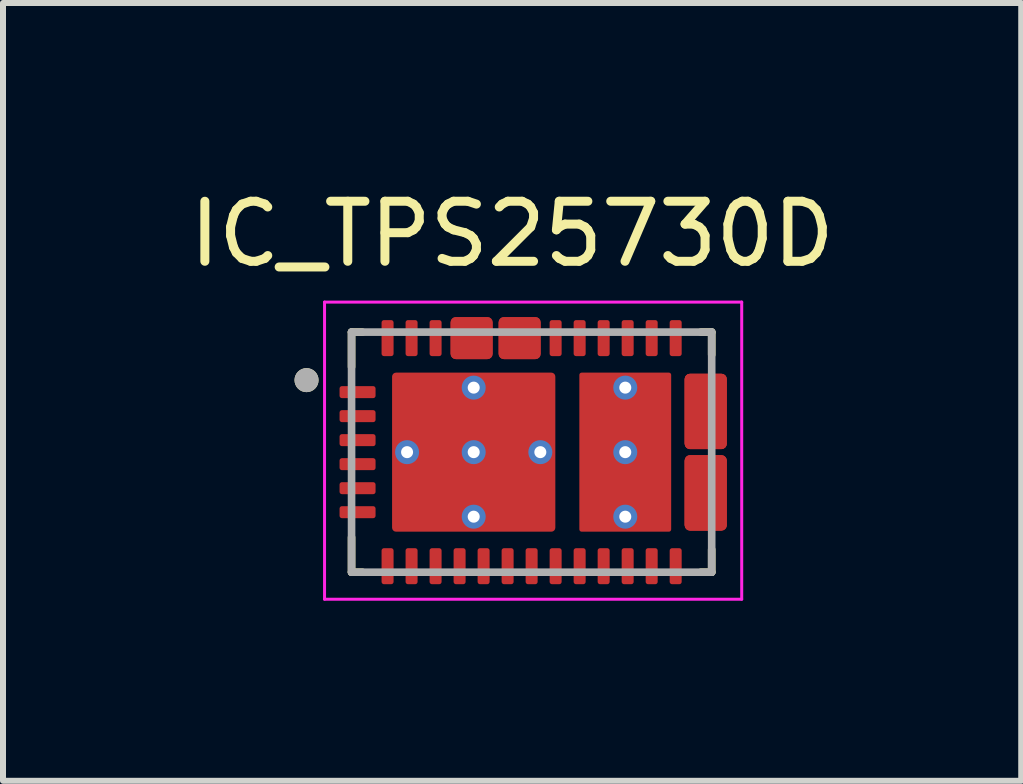
<source format=kicad_pcb>
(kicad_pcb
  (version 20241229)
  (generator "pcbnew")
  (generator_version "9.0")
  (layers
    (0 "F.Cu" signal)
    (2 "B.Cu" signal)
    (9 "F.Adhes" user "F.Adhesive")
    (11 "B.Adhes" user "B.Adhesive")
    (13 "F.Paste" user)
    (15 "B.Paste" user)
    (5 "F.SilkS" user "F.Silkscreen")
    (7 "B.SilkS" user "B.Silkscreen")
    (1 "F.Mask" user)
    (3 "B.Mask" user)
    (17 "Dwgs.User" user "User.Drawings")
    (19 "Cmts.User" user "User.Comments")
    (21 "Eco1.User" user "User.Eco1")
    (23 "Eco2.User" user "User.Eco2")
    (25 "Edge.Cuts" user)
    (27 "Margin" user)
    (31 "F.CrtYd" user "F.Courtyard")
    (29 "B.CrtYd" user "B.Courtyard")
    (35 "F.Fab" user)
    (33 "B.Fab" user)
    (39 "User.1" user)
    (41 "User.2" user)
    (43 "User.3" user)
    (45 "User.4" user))
  (footprint "IC_TPS25730D"
    (layer "F.Cu")
    (at 5.807 4.483)
    (property "Reference" "IC_TPS25730D" (at -0.325 -3.635 0) (layer "F.SilkS") (effects (font (size 1 1) (thickness 0.15))))
    (attr smd)
    (fp_poly (pts (xy -2.65 -0.85) (xy -3.15 -0.85) (xy -3.155 -0.85) (xy -3.16 -0.851) (xy -3.166 -0.851) (xy -3.171 -0.852) (xy -3.176 -0.853) (xy -3.181 -0.855) (xy -3.186 -0.857) (xy -3.191 -0.859) (xy -3.195 -0.861) (xy -3.2 -0.863) (xy -3.204 -0.866) (xy -3.209 -0.869) (xy -3.213 -0.872) (xy -3.217 -0.876) (xy -3.221 -0.879) (xy -3.224 -0.883) (xy -3.228 -0.887) (xy -3.231 -0.891) (xy -3.234 -0.896) (xy -3.237 -0.9) (xy -3.239 -0.905) (xy -3.241 -0.909) (xy -3.243 -0.914) (xy -3.245 -0.919) (xy -3.247 -0.924) (xy -3.248 -0.929) (xy -3.249 -0.934) (xy -3.249 -0.94) (xy -3.25 -0.945) (xy -3.25 -0.95) (xy -3.25 -1.05) (xy -3.25 -1.055) (xy -3.249 -1.06) (xy -3.249 -1.066) (xy -3.248 -1.071) (xy -3.247 -1.076) (xy -3.245 -1.081) (xy -3.243 -1.086) (xy -3.241 -1.091) (xy -3.239 -1.095) (xy -3.237 -1.1) (xy -3.234 -1.104) (xy -3.231 -1.109) (xy -3.228 -1.113) (xy -3.224 -1.117) (xy -3.221 -1.121) (xy -3.217 -1.124) (xy -3.213 -1.128) (xy -3.209 -1.131) (xy -3.204 -1.134) (xy -3.2 -1.137) (xy -3.195 -1.139) (xy -3.191 -1.141) (xy -3.186 -1.143) (xy -3.181 -1.145) (xy -3.176 -1.147) (xy -3.171 -1.148) (xy -3.166 -1.149) (xy -3.16 -1.149) (xy -3.155 -1.15) (xy -3.15 -1.15) (xy -2.65 -1.15) (xy -2.645 -1.15) (xy -2.64 -1.149) (xy -2.634 -1.149) (xy -2.629 -1.148) (xy -2.624 -1.147) (xy -2.619 -1.145) (xy -2.614 -1.143) (xy -2.609 -1.141) (xy -2.605 -1.139) (xy -2.6 -1.137) (xy -2.596 -1.134) (xy -2.591 -1.131) (xy -2.587 -1.128) (xy -2.583 -1.124) (xy -2.579 -1.121) (xy -2.576 -1.117) (xy -2.572 -1.113) (xy -2.569 -1.109) (xy -2.566 -1.104) (xy -2.563 -1.1) (xy -2.561 -1.095) (xy -2.559 -1.091) (xy -2.557 -1.086) (xy -2.555 -1.081) (xy -2.553 -1.076) (xy -2.552 -1.071) (xy -2.551 -1.066) (xy -2.551 -1.06) (xy -2.55 -1.055) (xy -2.55 -1.05) (xy -2.55 -0.95) (xy -2.55 -0.945) (xy -2.551 -0.94) (xy -2.551 -0.934) (xy -2.552 -0.929) (xy -2.553 -0.924) (xy -2.555 -0.919) (xy -2.557 -0.914) (xy -2.559 -0.909) (xy -2.561 -0.905) (xy -2.563 -0.9) (xy -2.566 -0.896) (xy -2.569 -0.891) (xy -2.572 -0.887) (xy -2.576 -0.883) (xy -2.579 -0.879) (xy -2.583 -0.876) (xy -2.587 -0.872) (xy -2.591 -0.869) (xy -2.596 -0.866) (xy -2.6 -0.863) (xy -2.605 -0.861) (xy -2.609 -0.859) (xy -2.614 -0.857) (xy -2.619 -0.855) (xy -2.624 -0.853) (xy -2.629 -0.852) (xy -2.634 -0.851) (xy -2.64 -0.851) (xy -2.645 -0.85) (xy -2.65 -0.85)) (stroke (width 0.01) (type solid)) (fill yes) (layer "F.Mask"))
    (fp_poly (pts (xy -2.65 -0.45) (xy -3.15 -0.45) (xy -3.155 -0.45) (xy -3.16 -0.451) (xy -3.166 -0.451) (xy -3.171 -0.452) (xy -3.176 -0.453) (xy -3.181 -0.455) (xy -3.186 -0.457) (xy -3.191 -0.459) (xy -3.195 -0.461) (xy -3.2 -0.463) (xy -3.204 -0.466) (xy -3.209 -0.469) (xy -3.213 -0.472) (xy -3.217 -0.476) (xy -3.221 -0.479) (xy -3.224 -0.483) (xy -3.228 -0.487) (xy -3.231 -0.491) (xy -3.234 -0.496) (xy -3.237 -0.5) (xy -3.239 -0.505) (xy -3.241 -0.509) (xy -3.243 -0.514) (xy -3.245 -0.519) (xy -3.247 -0.524) (xy -3.248 -0.529) (xy -3.249 -0.534) (xy -3.249 -0.54) (xy -3.25 -0.545) (xy -3.25 -0.55) (xy -3.25 -0.65) (xy -3.25 -0.655) (xy -3.249 -0.66) (xy -3.249 -0.666) (xy -3.248 -0.671) (xy -3.247 -0.676) (xy -3.245 -0.681) (xy -3.243 -0.686) (xy -3.241 -0.691) (xy -3.239 -0.695) (xy -3.237 -0.7) (xy -3.234 -0.704) (xy -3.231 -0.709) (xy -3.228 -0.713) (xy -3.224 -0.717) (xy -3.221 -0.721) (xy -3.217 -0.724) (xy -3.213 -0.728) (xy -3.209 -0.731) (xy -3.204 -0.734) (xy -3.2 -0.737) (xy -3.195 -0.739) (xy -3.191 -0.741) (xy -3.186 -0.743) (xy -3.181 -0.745) (xy -3.176 -0.747) (xy -3.171 -0.748) (xy -3.166 -0.749) (xy -3.16 -0.749) (xy -3.155 -0.75) (xy -3.15 -0.75) (xy -2.65 -0.75) (xy -2.645 -0.75) (xy -2.64 -0.749) (xy -2.634 -0.749) (xy -2.629 -0.748) (xy -2.624 -0.747) (xy -2.619 -0.745) (xy -2.614 -0.743) (xy -2.609 -0.741) (xy -2.605 -0.739) (xy -2.6 -0.737) (xy -2.596 -0.734) (xy -2.591 -0.731) (xy -2.587 -0.728) (xy -2.583 -0.724) (xy -2.579 -0.721) (xy -2.576 -0.717) (xy -2.572 -0.713) (xy -2.569 -0.709) (xy -2.566 -0.704) (xy -2.563 -0.7) (xy -2.561 -0.695) (xy -2.559 -0.691) (xy -2.557 -0.686) (xy -2.555 -0.681) (xy -2.553 -0.676) (xy -2.552 -0.671) (xy -2.551 -0.666) (xy -2.551 -0.66) (xy -2.55 -0.655) (xy -2.55 -0.65) (xy -2.55 -0.55) (xy -2.55 -0.545) (xy -2.551 -0.54) (xy -2.551 -0.534) (xy -2.552 -0.529) (xy -2.553 -0.524) (xy -2.555 -0.519) (xy -2.557 -0.514) (xy -2.559 -0.509) (xy -2.561 -0.505) (xy -2.563 -0.5) (xy -2.566 -0.496) (xy -2.569 -0.491) (xy -2.572 -0.487) (xy -2.576 -0.483) (xy -2.579 -0.479) (xy -2.583 -0.476) (xy -2.587 -0.472) (xy -2.591 -0.469) (xy -2.596 -0.466) (xy -2.6 -0.463) (xy -2.605 -0.461) (xy -2.609 -0.459) (xy -2.614 -0.457) (xy -2.619 -0.455) (xy -2.624 -0.453) (xy -2.629 -0.452) (xy -2.634 -0.451) (xy -2.64 -0.451) (xy -2.645 -0.45) (xy -2.65 -0.45)) (stroke (width 0.01) (type solid)) (fill yes) (layer "F.Mask"))
    (fp_poly (pts (xy -2.65 -0.05) (xy -3.15 -0.05) (xy -3.155 -0.05) (xy -3.16 -0.051) (xy -3.166 -0.051) (xy -3.171 -0.052) (xy -3.176 -0.053) (xy -3.181 -0.055) (xy -3.186 -0.057) (xy -3.191 -0.059) (xy -3.195 -0.061) (xy -3.2 -0.063) (xy -3.204 -0.066) (xy -3.209 -0.069) (xy -3.213 -0.072) (xy -3.217 -0.076) (xy -3.221 -0.079) (xy -3.224 -0.083) (xy -3.228 -0.087) (xy -3.231 -0.091) (xy -3.234 -0.096) (xy -3.237 -0.1) (xy -3.239 -0.105) (xy -3.241 -0.109) (xy -3.243 -0.114) (xy -3.245 -0.119) (xy -3.247 -0.124) (xy -3.248 -0.129) (xy -3.249 -0.134) (xy -3.249 -0.14) (xy -3.25 -0.145) (xy -3.25 -0.15) (xy -3.25 -0.25) (xy -3.25 -0.255) (xy -3.249 -0.26) (xy -3.249 -0.266) (xy -3.248 -0.271) (xy -3.247 -0.276) (xy -3.245 -0.281) (xy -3.243 -0.286) (xy -3.241 -0.291) (xy -3.239 -0.295) (xy -3.237 -0.3) (xy -3.234 -0.304) (xy -3.231 -0.309) (xy -3.228 -0.313) (xy -3.224 -0.317) (xy -3.221 -0.321) (xy -3.217 -0.324) (xy -3.213 -0.328) (xy -3.209 -0.331) (xy -3.204 -0.334) (xy -3.2 -0.337) (xy -3.195 -0.339) (xy -3.191 -0.341) (xy -3.186 -0.343) (xy -3.181 -0.345) (xy -3.176 -0.347) (xy -3.171 -0.348) (xy -3.166 -0.349) (xy -3.16 -0.349) (xy -3.155 -0.35) (xy -3.15 -0.35) (xy -2.65 -0.35) (xy -2.645 -0.35) (xy -2.64 -0.349) (xy -2.634 -0.349) (xy -2.629 -0.348) (xy -2.624 -0.347) (xy -2.619 -0.345) (xy -2.614 -0.343) (xy -2.609 -0.341) (xy -2.605 -0.339) (xy -2.6 -0.337) (xy -2.596 -0.334) (xy -2.591 -0.331) (xy -2.587 -0.328) (xy -2.583 -0.324) (xy -2.579 -0.321) (xy -2.576 -0.317) (xy -2.572 -0.313) (xy -2.569 -0.309) (xy -2.566 -0.304) (xy -2.563 -0.3) (xy -2.561 -0.295) (xy -2.559 -0.291) (xy -2.557 -0.286) (xy -2.555 -0.281) (xy -2.553 -0.276) (xy -2.552 -0.271) (xy -2.551 -0.266) (xy -2.551 -0.26) (xy -2.55 -0.255) (xy -2.55 -0.25) (xy -2.55 -0.15) (xy -2.55 -0.145) (xy -2.551 -0.14) (xy -2.551 -0.134) (xy -2.552 -0.129) (xy -2.553 -0.124) (xy -2.555 -0.119) (xy -2.557 -0.114) (xy -2.559 -0.109) (xy -2.561 -0.105) (xy -2.563 -0.1) (xy -2.566 -0.096) (xy -2.569 -0.091) (xy -2.572 -0.087) (xy -2.576 -0.083) (xy -2.579 -0.079) (xy -2.583 -0.076) (xy -2.587 -0.072) (xy -2.591 -0.069) (xy -2.596 -0.066) (xy -2.6 -0.063) (xy -2.605 -0.061) (xy -2.609 -0.059) (xy -2.614 -0.057) (xy -2.619 -0.055) (xy -2.624 -0.053) (xy -2.629 -0.052) (xy -2.634 -0.051) (xy -2.64 -0.051) (xy -2.645 -0.05) (xy -2.65 -0.05)) (stroke (width 0.01) (type solid)) (fill yes) (layer "F.Mask"))
    (fp_poly (pts (xy -2.65 0.35) (xy -3.15 0.35) (xy -3.155 0.35) (xy -3.16 0.349) (xy -3.166 0.349) (xy -3.171 0.348) (xy -3.176 0.347) (xy -3.181 0.345) (xy -3.186 0.343) (xy -3.191 0.341) (xy -3.195 0.339) (xy -3.2 0.337) (xy -3.204 0.334) (xy -3.209 0.331) (xy -3.213 0.328) (xy -3.217 0.324) (xy -3.221 0.321) (xy -3.224 0.317) (xy -3.228 0.313) (xy -3.231 0.309) (xy -3.234 0.304) (xy -3.237 0.3) (xy -3.239 0.295) (xy -3.241 0.291) (xy -3.243 0.286) (xy -3.245 0.281) (xy -3.247 0.276) (xy -3.248 0.271) (xy -3.249 0.266) (xy -3.249 0.26) (xy -3.25 0.255) (xy -3.25 0.25) (xy -3.25 0.15) (xy -3.25 0.145) (xy -3.249 0.14) (xy -3.249 0.134) (xy -3.248 0.129) (xy -3.247 0.124) (xy -3.245 0.119) (xy -3.243 0.114) (xy -3.241 0.109) (xy -3.239 0.105) (xy -3.237 0.1) (xy -3.234 0.096) (xy -3.231 0.091) (xy -3.228 0.087) (xy -3.224 0.083) (xy -3.221 0.079) (xy -3.217 0.076) (xy -3.213 0.072) (xy -3.209 0.069) (xy -3.204 0.066) (xy -3.2 0.063) (xy -3.195 0.061) (xy -3.191 0.059) (xy -3.186 0.057) (xy -3.181 0.055) (xy -3.176 0.053) (xy -3.171 0.052) (xy -3.166 0.051) (xy -3.16 0.051) (xy -3.155 0.05) (xy -3.15 0.05) (xy -2.65 0.05) (xy -2.645 0.05) (xy -2.64 0.051) (xy -2.634 0.051) (xy -2.629 0.052) (xy -2.624 0.053) (xy -2.619 0.055) (xy -2.614 0.057) (xy -2.609 0.059) (xy -2.605 0.061) (xy -2.6 0.063) (xy -2.596 0.066) (xy -2.591 0.069) (xy -2.587 0.072) (xy -2.583 0.076) (xy -2.579 0.079) (xy -2.576 0.083) (xy -2.572 0.087) (xy -2.569 0.091) (xy -2.566 0.096) (xy -2.563 0.1) (xy -2.561 0.105) (xy -2.559 0.109) (xy -2.557 0.114) (xy -2.555 0.119) (xy -2.553 0.124) (xy -2.552 0.129) (xy -2.551 0.134) (xy -2.551 0.14) (xy -2.55 0.145) (xy -2.55 0.15) (xy -2.55 0.25) (xy -2.55 0.255) (xy -2.551 0.26) (xy -2.551 0.266) (xy -2.552 0.271) (xy -2.553 0.276) (xy -2.555 0.281) (xy -2.557 0.286) (xy -2.559 0.291) (xy -2.561 0.295) (xy -2.563 0.3) (xy -2.566 0.304) (xy -2.569 0.309) (xy -2.572 0.313) (xy -2.576 0.317) (xy -2.579 0.321) (xy -2.583 0.324) (xy -2.587 0.328) (xy -2.591 0.331) (xy -2.596 0.334) (xy -2.6 0.337) (xy -2.605 0.339) (xy -2.609 0.341) (xy -2.614 0.343) (xy -2.619 0.345) (xy -2.624 0.347) (xy -2.629 0.348) (xy -2.634 0.349) (xy -2.64 0.349) (xy -2.645 0.35) (xy -2.65 0.35)) (stroke (width 0.01) (type solid)) (fill yes) (layer "F.Mask"))
    (fp_poly (pts (xy -2.65 0.75) (xy -3.15 0.75) (xy -3.155 0.75) (xy -3.16 0.749) (xy -3.166 0.749) (xy -3.171 0.748) (xy -3.176 0.747) (xy -3.181 0.745) (xy -3.186 0.743) (xy -3.191 0.741) (xy -3.195 0.739) (xy -3.2 0.737) (xy -3.204 0.734) (xy -3.209 0.731) (xy -3.213 0.728) (xy -3.217 0.724) (xy -3.221 0.721) (xy -3.224 0.717) (xy -3.228 0.713) (xy -3.231 0.709) (xy -3.234 0.704) (xy -3.237 0.7) (xy -3.239 0.695) (xy -3.241 0.691) (xy -3.243 0.686) (xy -3.245 0.681) (xy -3.247 0.676) (xy -3.248 0.671) (xy -3.249 0.666) (xy -3.249 0.66) (xy -3.25 0.655) (xy -3.25 0.65) (xy -3.25 0.55) (xy -3.25 0.545) (xy -3.249 0.54) (xy -3.249 0.534) (xy -3.248 0.529) (xy -3.247 0.524) (xy -3.245 0.519) (xy -3.243 0.514) (xy -3.241 0.509) (xy -3.239 0.505) (xy -3.237 0.5) (xy -3.234 0.496) (xy -3.231 0.491) (xy -3.228 0.487) (xy -3.224 0.483) (xy -3.221 0.479) (xy -3.217 0.476) (xy -3.213 0.472) (xy -3.209 0.469) (xy -3.204 0.466) (xy -3.2 0.463) (xy -3.195 0.461) (xy -3.191 0.459) (xy -3.186 0.457) (xy -3.181 0.455) (xy -3.176 0.453) (xy -3.171 0.452) (xy -3.166 0.451) (xy -3.16 0.451) (xy -3.155 0.45) (xy -3.15 0.45) (xy -2.65 0.45) (xy -2.645 0.45) (xy -2.64 0.451) (xy -2.634 0.451) (xy -2.629 0.452) (xy -2.624 0.453) (xy -2.619 0.455) (xy -2.614 0.457) (xy -2.609 0.459) (xy -2.605 0.461) (xy -2.6 0.463) (xy -2.596 0.466) (xy -2.591 0.469) (xy -2.587 0.472) (xy -2.583 0.476) (xy -2.579 0.479) (xy -2.576 0.483) (xy -2.572 0.487) (xy -2.569 0.491) (xy -2.566 0.496) (xy -2.563 0.5) (xy -2.561 0.505) (xy -2.559 0.509) (xy -2.557 0.514) (xy -2.555 0.519) (xy -2.553 0.524) (xy -2.552 0.529) (xy -2.551 0.534) (xy -2.551 0.54) (xy -2.55 0.545) (xy -2.55 0.55) (xy -2.55 0.65) (xy -2.55 0.655) (xy -2.551 0.66) (xy -2.551 0.666) (xy -2.552 0.671) (xy -2.553 0.676) (xy -2.555 0.681) (xy -2.557 0.686) (xy -2.559 0.691) (xy -2.561 0.695) (xy -2.563 0.7) (xy -2.566 0.704) (xy -2.569 0.709) (xy -2.572 0.713) (xy -2.576 0.717) (xy -2.579 0.721) (xy -2.583 0.724) (xy -2.587 0.728) (xy -2.591 0.731) (xy -2.596 0.734) (xy -2.6 0.737) (xy -2.605 0.739) (xy -2.609 0.741) (xy -2.614 0.743) (xy -2.619 0.745) (xy -2.624 0.747) (xy -2.629 0.748) (xy -2.634 0.749) (xy -2.64 0.749) (xy -2.645 0.75) (xy -2.65 0.75)) (stroke (width 0.01) (type solid)) (fill yes) (layer "F.Mask"))
    (fp_poly (pts (xy -2.65 1.15) (xy -3.15 1.15) (xy -3.155 1.15) (xy -3.16 1.149) (xy -3.166 1.149) (xy -3.171 1.148) (xy -3.176 1.147) (xy -3.181 1.145) (xy -3.186 1.143) (xy -3.191 1.141) (xy -3.195 1.139) (xy -3.2 1.137) (xy -3.204 1.134) (xy -3.209 1.131) (xy -3.213 1.128) (xy -3.217 1.124) (xy -3.221 1.121) (xy -3.224 1.117) (xy -3.228 1.113) (xy -3.231 1.109) (xy -3.234 1.104) (xy -3.237 1.1) (xy -3.239 1.095) (xy -3.241 1.091) (xy -3.243 1.086) (xy -3.245 1.081) (xy -3.247 1.076) (xy -3.248 1.071) (xy -3.249 1.066) (xy -3.249 1.06) (xy -3.25 1.055) (xy -3.25 1.05) (xy -3.25 0.95) (xy -3.25 0.945) (xy -3.249 0.94) (xy -3.249 0.934) (xy -3.248 0.929) (xy -3.247 0.924) (xy -3.245 0.919) (xy -3.243 0.914) (xy -3.241 0.909) (xy -3.239 0.905) (xy -3.237 0.9) (xy -3.234 0.896) (xy -3.231 0.891) (xy -3.228 0.887) (xy -3.224 0.883) (xy -3.221 0.879) (xy -3.217 0.876) (xy -3.213 0.872) (xy -3.209 0.869) (xy -3.204 0.866) (xy -3.2 0.863) (xy -3.195 0.861) (xy -3.191 0.859) (xy -3.186 0.857) (xy -3.181 0.855) (xy -3.176 0.853) (xy -3.171 0.852) (xy -3.166 0.851) (xy -3.16 0.851) (xy -3.155 0.85) (xy -3.15 0.85) (xy -2.65 0.85) (xy -2.645 0.85) (xy -2.64 0.851) (xy -2.634 0.851) (xy -2.629 0.852) (xy -2.624 0.853) (xy -2.619 0.855) (xy -2.614 0.857) (xy -2.609 0.859) (xy -2.605 0.861) (xy -2.6 0.863) (xy -2.596 0.866) (xy -2.591 0.869) (xy -2.587 0.872) (xy -2.583 0.876) (xy -2.579 0.879) (xy -2.576 0.883) (xy -2.572 0.887) (xy -2.569 0.891) (xy -2.566 0.896) (xy -2.563 0.9) (xy -2.561 0.905) (xy -2.559 0.909) (xy -2.557 0.914) (xy -2.555 0.919) (xy -2.553 0.924) (xy -2.552 0.929) (xy -2.551 0.934) (xy -2.551 0.94) (xy -2.55 0.945) (xy -2.55 0.95) (xy -2.55 1.05) (xy -2.55 1.055) (xy -2.551 1.06) (xy -2.551 1.066) (xy -2.552 1.071) (xy -2.553 1.076) (xy -2.555 1.081) (xy -2.557 1.086) (xy -2.559 1.091) (xy -2.561 1.095) (xy -2.563 1.1) (xy -2.566 1.104) (xy -2.569 1.109) (xy -2.572 1.113) (xy -2.576 1.117) (xy -2.579 1.121) (xy -2.583 1.124) (xy -2.587 1.128) (xy -2.591 1.131) (xy -2.596 1.134) (xy -2.6 1.137) (xy -2.605 1.139) (xy -2.609 1.141) (xy -2.614 1.143) (xy -2.619 1.145) (xy -2.624 1.147) (xy -2.629 1.148) (xy -2.634 1.149) (xy -2.64 1.149) (xy -2.645 1.15) (xy -2.65 1.15)) (stroke (width 0.01) (type solid)) (fill yes) (layer "F.Mask"))
    (fp_poly (pts (xy -2.25 1.65) (xy -2.25 2.15) (xy -2.25 2.155) (xy -2.251 2.16) (xy -2.251 2.166) (xy -2.252 2.171) (xy -2.253 2.176) (xy -2.255 2.181) (xy -2.257 2.186) (xy -2.259 2.191) (xy -2.261 2.195) (xy -2.263 2.2) (xy -2.266 2.204) (xy -2.269 2.209) (xy -2.272 2.213) (xy -2.276 2.217) (xy -2.279 2.221) (xy -2.283 2.224) (xy -2.287 2.228) (xy -2.291 2.231) (xy -2.296 2.234) (xy -2.3 2.237) (xy -2.305 2.239) (xy -2.309 2.241) (xy -2.314 2.243) (xy -2.319 2.245) (xy -2.324 2.247) (xy -2.329 2.248) (xy -2.334 2.249) (xy -2.34 2.249) (xy -2.345 2.25) (xy -2.35 2.25) (xy -2.45 2.25) (xy -2.455 2.25) (xy -2.46 2.249) (xy -2.466 2.249) (xy -2.471 2.248) (xy -2.476 2.247) (xy -2.481 2.245) (xy -2.486 2.243) (xy -2.491 2.241) (xy -2.495 2.239) (xy -2.5 2.237) (xy -2.504 2.234) (xy -2.509 2.231) (xy -2.513 2.228) (xy -2.517 2.224) (xy -2.521 2.221) (xy -2.524 2.217) (xy -2.528 2.213) (xy -2.531 2.209) (xy -2.534 2.204) (xy -2.537 2.2) (xy -2.539 2.195) (xy -2.541 2.191) (xy -2.543 2.186) (xy -2.545 2.181) (xy -2.547 2.176) (xy -2.548 2.171) (xy -2.549 2.166) (xy -2.549 2.16) (xy -2.55 2.155) (xy -2.55 2.15) (xy -2.55 1.65) (xy -2.55 1.645) (xy -2.549 1.64) (xy -2.549 1.634) (xy -2.548 1.629) (xy -2.547 1.624) (xy -2.545 1.619) (xy -2.543 1.614) (xy -2.541 1.609) (xy -2.539 1.605) (xy -2.537 1.6) (xy -2.534 1.596) (xy -2.531 1.591) (xy -2.528 1.587) (xy -2.524 1.583) (xy -2.521 1.579) (xy -2.517 1.576) (xy -2.513 1.572) (xy -2.509 1.569) (xy -2.504 1.566) (xy -2.5 1.563) (xy -2.495 1.561) (xy -2.491 1.559) (xy -2.486 1.557) (xy -2.481 1.555) (xy -2.476 1.553) (xy -2.471 1.552) (xy -2.466 1.551) (xy -2.46 1.551) (xy -2.455 1.55) (xy -2.45 1.55) (xy -2.35 1.55) (xy -2.345 1.55) (xy -2.34 1.551) (xy -2.334 1.551) (xy -2.329 1.552) (xy -2.324 1.553) (xy -2.319 1.555) (xy -2.314 1.557) (xy -2.309 1.559) (xy -2.305 1.561) (xy -2.3 1.563) (xy -2.296 1.566) (xy -2.291 1.569) (xy -2.287 1.572) (xy -2.283 1.576) (xy -2.279 1.579) (xy -2.276 1.583) (xy -2.272 1.587) (xy -2.269 1.591) (xy -2.266 1.596) (xy -2.263 1.6) (xy -2.261 1.605) (xy -2.259 1.609) (xy -2.257 1.614) (xy -2.255 1.619) (xy -2.253 1.624) (xy -2.252 1.629) (xy -2.251 1.634) (xy -2.251 1.64) (xy -2.25 1.645) (xy -2.25 1.65)) (stroke (width 0.01) (type solid)) (fill yes) (layer "F.Mask"))
    (fp_poly (pts (xy -1.85 1.65) (xy -1.85 2.15) (xy -1.85 2.155) (xy -1.851 2.16) (xy -1.851 2.166) (xy -1.852 2.171) (xy -1.853 2.176) (xy -1.855 2.181) (xy -1.857 2.186) (xy -1.859 2.191) (xy -1.861 2.195) (xy -1.863 2.2) (xy -1.866 2.204) (xy -1.869 2.209) (xy -1.872 2.213) (xy -1.876 2.217) (xy -1.879 2.221) (xy -1.883 2.224) (xy -1.887 2.228) (xy -1.891 2.231) (xy -1.896 2.234) (xy -1.9 2.237) (xy -1.905 2.239) (xy -1.909 2.241) (xy -1.914 2.243) (xy -1.919 2.245) (xy -1.924 2.247) (xy -1.929 2.248) (xy -1.934 2.249) (xy -1.94 2.249) (xy -1.945 2.25) (xy -1.95 2.25) (xy -2.05 2.25) (xy -2.055 2.25) (xy -2.06 2.249) (xy -2.066 2.249) (xy -2.071 2.248) (xy -2.076 2.247) (xy -2.081 2.245) (xy -2.086 2.243) (xy -2.091 2.241) (xy -2.095 2.239) (xy -2.1 2.237) (xy -2.104 2.234) (xy -2.109 2.231) (xy -2.113 2.228) (xy -2.117 2.224) (xy -2.121 2.221) (xy -2.124 2.217) (xy -2.128 2.213) (xy -2.131 2.209) (xy -2.134 2.204) (xy -2.137 2.2) (xy -2.139 2.195) (xy -2.141 2.191) (xy -2.143 2.186) (xy -2.145 2.181) (xy -2.147 2.176) (xy -2.148 2.171) (xy -2.149 2.166) (xy -2.149 2.16) (xy -2.15 2.155) (xy -2.15 2.15) (xy -2.15 1.65) (xy -2.15 1.645) (xy -2.149 1.64) (xy -2.149 1.634) (xy -2.148 1.629) (xy -2.147 1.624) (xy -2.145 1.619) (xy -2.143 1.614) (xy -2.141 1.609) (xy -2.139 1.605) (xy -2.137 1.6) (xy -2.134 1.596) (xy -2.131 1.591) (xy -2.128 1.587) (xy -2.124 1.583) (xy -2.121 1.579) (xy -2.117 1.576) (xy -2.113 1.572) (xy -2.109 1.569) (xy -2.104 1.566) (xy -2.1 1.563) (xy -2.095 1.561) (xy -2.091 1.559) (xy -2.086 1.557) (xy -2.081 1.555) (xy -2.076 1.553) (xy -2.071 1.552) (xy -2.066 1.551) (xy -2.06 1.551) (xy -2.055 1.55) (xy -2.05 1.55) (xy -1.95 1.55) (xy -1.945 1.55) (xy -1.94 1.551) (xy -1.934 1.551) (xy -1.929 1.552) (xy -1.924 1.553) (xy -1.919 1.555) (xy -1.914 1.557) (xy -1.909 1.559) (xy -1.905 1.561) (xy -1.9 1.563) (xy -1.896 1.566) (xy -1.891 1.569) (xy -1.887 1.572) (xy -1.883 1.576) (xy -1.879 1.579) (xy -1.876 1.583) (xy -1.872 1.587) (xy -1.869 1.591) (xy -1.866 1.596) (xy -1.863 1.6) (xy -1.861 1.605) (xy -1.859 1.609) (xy -1.857 1.614) (xy -1.855 1.619) (xy -1.853 1.624) (xy -1.852 1.629) (xy -1.851 1.634) (xy -1.851 1.64) (xy -1.85 1.645) (xy -1.85 1.65)) (stroke (width 0.01) (type solid)) (fill yes) (layer "F.Mask"))
    (fp_poly (pts (xy -1.45 1.65) (xy -1.45 2.15) (xy -1.45 2.155) (xy -1.451 2.16) (xy -1.451 2.166) (xy -1.452 2.171) (xy -1.453 2.176) (xy -1.455 2.181) (xy -1.457 2.186) (xy -1.459 2.191) (xy -1.461 2.195) (xy -1.463 2.2) (xy -1.466 2.204) (xy -1.469 2.209) (xy -1.472 2.213) (xy -1.476 2.217) (xy -1.479 2.221) (xy -1.483 2.224) (xy -1.487 2.228) (xy -1.491 2.231) (xy -1.496 2.234) (xy -1.5 2.237) (xy -1.505 2.239) (xy -1.509 2.241) (xy -1.514 2.243) (xy -1.519 2.245) (xy -1.524 2.247) (xy -1.529 2.248) (xy -1.534 2.249) (xy -1.54 2.249) (xy -1.545 2.25) (xy -1.55 2.25) (xy -1.65 2.25) (xy -1.655 2.25) (xy -1.66 2.249) (xy -1.666 2.249) (xy -1.671 2.248) (xy -1.676 2.247) (xy -1.681 2.245) (xy -1.686 2.243) (xy -1.691 2.241) (xy -1.695 2.239) (xy -1.7 2.237) (xy -1.704 2.234) (xy -1.709 2.231) (xy -1.713 2.228) (xy -1.717 2.224) (xy -1.721 2.221) (xy -1.724 2.217) (xy -1.728 2.213) (xy -1.731 2.209) (xy -1.734 2.204) (xy -1.737 2.2) (xy -1.739 2.195) (xy -1.741 2.191) (xy -1.743 2.186) (xy -1.745 2.181) (xy -1.747 2.176) (xy -1.748 2.171) (xy -1.749 2.166) (xy -1.749 2.16) (xy -1.75 2.155) (xy -1.75 2.15) (xy -1.75 1.65) (xy -1.75 1.645) (xy -1.749 1.64) (xy -1.749 1.634) (xy -1.748 1.629) (xy -1.747 1.624) (xy -1.745 1.619) (xy -1.743 1.614) (xy -1.741 1.609) (xy -1.739 1.605) (xy -1.737 1.6) (xy -1.734 1.596) (xy -1.731 1.591) (xy -1.728 1.587) (xy -1.724 1.583) (xy -1.721 1.579) (xy -1.717 1.576) (xy -1.713 1.572) (xy -1.709 1.569) (xy -1.704 1.566) (xy -1.7 1.563) (xy -1.695 1.561) (xy -1.691 1.559) (xy -1.686 1.557) (xy -1.681 1.555) (xy -1.676 1.553) (xy -1.671 1.552) (xy -1.666 1.551) (xy -1.66 1.551) (xy -1.655 1.55) (xy -1.65 1.55) (xy -1.55 1.55) (xy -1.545 1.55) (xy -1.54 1.551) (xy -1.534 1.551) (xy -1.529 1.552) (xy -1.524 1.553) (xy -1.519 1.555) (xy -1.514 1.557) (xy -1.509 1.559) (xy -1.505 1.561) (xy -1.5 1.563) (xy -1.496 1.566) (xy -1.491 1.569) (xy -1.487 1.572) (xy -1.483 1.576) (xy -1.479 1.579) (xy -1.476 1.583) (xy -1.472 1.587) (xy -1.469 1.591) (xy -1.466 1.596) (xy -1.463 1.6) (xy -1.461 1.605) (xy -1.459 1.609) (xy -1.457 1.614) (xy -1.455 1.619) (xy -1.453 1.624) (xy -1.452 1.629) (xy -1.451 1.634) (xy -1.451 1.64) (xy -1.45 1.645) (xy -1.45 1.65)) (stroke (width 0.01) (type solid)) (fill yes) (layer "F.Mask"))
    (fp_poly (pts (xy -1.05 1.65) (xy -1.05 2.15) (xy -1.05 2.155) (xy -1.051 2.16) (xy -1.051 2.166) (xy -1.052 2.171) (xy -1.053 2.176) (xy -1.055 2.181) (xy -1.057 2.186) (xy -1.059 2.191) (xy -1.061 2.195) (xy -1.063 2.2) (xy -1.066 2.204) (xy -1.069 2.209) (xy -1.072 2.213) (xy -1.076 2.217) (xy -1.079 2.221) (xy -1.083 2.224) (xy -1.087 2.228) (xy -1.091 2.231) (xy -1.096 2.234) (xy -1.1 2.237) (xy -1.105 2.239) (xy -1.109 2.241) (xy -1.114 2.243) (xy -1.119 2.245) (xy -1.124 2.247) (xy -1.129 2.248) (xy -1.134 2.249) (xy -1.14 2.249) (xy -1.145 2.25) (xy -1.15 2.25) (xy -1.25 2.25) (xy -1.255 2.25) (xy -1.26 2.249) (xy -1.266 2.249) (xy -1.271 2.248) (xy -1.276 2.247) (xy -1.281 2.245) (xy -1.286 2.243) (xy -1.291 2.241) (xy -1.295 2.239) (xy -1.3 2.237) (xy -1.304 2.234) (xy -1.309 2.231) (xy -1.313 2.228) (xy -1.317 2.224) (xy -1.321 2.221) (xy -1.324 2.217) (xy -1.328 2.213) (xy -1.331 2.209) (xy -1.334 2.204) (xy -1.337 2.2) (xy -1.339 2.195) (xy -1.341 2.191) (xy -1.343 2.186) (xy -1.345 2.181) (xy -1.347 2.176) (xy -1.348 2.171) (xy -1.349 2.166) (xy -1.349 2.16) (xy -1.35 2.155) (xy -1.35 2.15) (xy -1.35 1.65) (xy -1.35 1.645) (xy -1.349 1.64) (xy -1.349 1.634) (xy -1.348 1.629) (xy -1.347 1.624) (xy -1.345 1.619) (xy -1.343 1.614) (xy -1.341 1.609) (xy -1.339 1.605) (xy -1.337 1.6) (xy -1.334 1.596) (xy -1.331 1.591) (xy -1.328 1.587) (xy -1.324 1.583) (xy -1.321 1.579) (xy -1.317 1.576) (xy -1.313 1.572) (xy -1.309 1.569) (xy -1.304 1.566) (xy -1.3 1.563) (xy -1.295 1.561) (xy -1.291 1.559) (xy -1.286 1.557) (xy -1.281 1.555) (xy -1.276 1.553) (xy -1.271 1.552) (xy -1.266 1.551) (xy -1.26 1.551) (xy -1.255 1.55) (xy -1.25 1.55) (xy -1.15 1.55) (xy -1.145 1.55) (xy -1.14 1.551) (xy -1.134 1.551) (xy -1.129 1.552) (xy -1.124 1.553) (xy -1.119 1.555) (xy -1.114 1.557) (xy -1.109 1.559) (xy -1.105 1.561) (xy -1.1 1.563) (xy -1.096 1.566) (xy -1.091 1.569) (xy -1.087 1.572) (xy -1.083 1.576) (xy -1.079 1.579) (xy -1.076 1.583) (xy -1.072 1.587) (xy -1.069 1.591) (xy -1.066 1.596) (xy -1.063 1.6) (xy -1.061 1.605) (xy -1.059 1.609) (xy -1.057 1.614) (xy -1.055 1.619) (xy -1.053 1.624) (xy -1.052 1.629) (xy -1.051 1.634) (xy -1.051 1.64) (xy -1.05 1.645) (xy -1.05 1.65)) (stroke (width 0.01) (type solid)) (fill yes) (layer "F.Mask"))
    (fp_poly (pts (xy -0.65 1.65) (xy -0.65 2.15) (xy -0.65 2.155) (xy -0.651 2.16) (xy -0.651 2.166) (xy -0.652 2.171) (xy -0.653 2.176) (xy -0.655 2.181) (xy -0.657 2.186) (xy -0.659 2.191) (xy -0.661 2.195) (xy -0.663 2.2) (xy -0.666 2.204) (xy -0.669 2.209) (xy -0.672 2.213) (xy -0.676 2.217) (xy -0.679 2.221) (xy -0.683 2.224) (xy -0.687 2.228) (xy -0.691 2.231) (xy -0.696 2.234) (xy -0.7 2.237) (xy -0.705 2.239) (xy -0.709 2.241) (xy -0.714 2.243) (xy -0.719 2.245) (xy -0.724 2.247) (xy -0.729 2.248) (xy -0.734 2.249) (xy -0.74 2.249) (xy -0.745 2.25) (xy -0.75 2.25) (xy -0.85 2.25) (xy -0.855 2.25) (xy -0.86 2.249) (xy -0.866 2.249) (xy -0.871 2.248) (xy -0.876 2.247) (xy -0.881 2.245) (xy -0.886 2.243) (xy -0.891 2.241) (xy -0.895 2.239) (xy -0.9 2.237) (xy -0.904 2.234) (xy -0.909 2.231) (xy -0.913 2.228) (xy -0.917 2.224) (xy -0.921 2.221) (xy -0.924 2.217) (xy -0.928 2.213) (xy -0.931 2.209) (xy -0.934 2.204) (xy -0.937 2.2) (xy -0.939 2.195) (xy -0.941 2.191) (xy -0.943 2.186) (xy -0.945 2.181) (xy -0.947 2.176) (xy -0.948 2.171) (xy -0.949 2.166) (xy -0.949 2.16) (xy -0.95 2.155) (xy -0.95 2.15) (xy -0.95 1.65) (xy -0.95 1.645) (xy -0.949 1.64) (xy -0.949 1.634) (xy -0.948 1.629) (xy -0.947 1.624) (xy -0.945 1.619) (xy -0.943 1.614) (xy -0.941 1.609) (xy -0.939 1.605) (xy -0.937 1.6) (xy -0.934 1.596) (xy -0.931 1.591) (xy -0.928 1.587) (xy -0.924 1.583) (xy -0.921 1.579) (xy -0.917 1.576) (xy -0.913 1.572) (xy -0.909 1.569) (xy -0.904 1.566) (xy -0.9 1.563) (xy -0.895 1.561) (xy -0.891 1.559) (xy -0.886 1.557) (xy -0.881 1.555) (xy -0.876 1.553) (xy -0.871 1.552) (xy -0.866 1.551) (xy -0.86 1.551) (xy -0.855 1.55) (xy -0.85 1.55) (xy -0.75 1.55) (xy -0.745 1.55) (xy -0.74 1.551) (xy -0.734 1.551) (xy -0.729 1.552) (xy -0.724 1.553) (xy -0.719 1.555) (xy -0.714 1.557) (xy -0.709 1.559) (xy -0.705 1.561) (xy -0.7 1.563) (xy -0.696 1.566) (xy -0.691 1.569) (xy -0.687 1.572) (xy -0.683 1.576) (xy -0.679 1.579) (xy -0.676 1.583) (xy -0.672 1.587) (xy -0.669 1.591) (xy -0.666 1.596) (xy -0.663 1.6) (xy -0.661 1.605) (xy -0.659 1.609) (xy -0.657 1.614) (xy -0.655 1.619) (xy -0.653 1.624) (xy -0.652 1.629) (xy -0.651 1.634) (xy -0.651 1.64) (xy -0.65 1.645) (xy -0.65 1.65)) (stroke (width 0.01) (type solid)) (fill yes) (layer "F.Mask"))
    (fp_poly (pts (xy -0.25 1.65) (xy -0.25 2.15) (xy -0.25 2.155) (xy -0.251 2.16) (xy -0.251 2.166) (xy -0.252 2.171) (xy -0.253 2.176) (xy -0.255 2.181) (xy -0.257 2.186) (xy -0.259 2.191) (xy -0.261 2.195) (xy -0.263 2.2) (xy -0.266 2.204) (xy -0.269 2.209) (xy -0.272 2.213) (xy -0.276 2.217) (xy -0.279 2.221) (xy -0.283 2.224) (xy -0.287 2.228) (xy -0.291 2.231) (xy -0.296 2.234) (xy -0.3 2.237) (xy -0.305 2.239) (xy -0.309 2.241) (xy -0.314 2.243) (xy -0.319 2.245) (xy -0.324 2.247) (xy -0.329 2.248) (xy -0.334 2.249) (xy -0.34 2.249) (xy -0.345 2.25) (xy -0.35 2.25) (xy -0.45 2.25) (xy -0.455 2.25) (xy -0.46 2.249) (xy -0.466 2.249) (xy -0.471 2.248) (xy -0.476 2.247) (xy -0.481 2.245) (xy -0.486 2.243) (xy -0.491 2.241) (xy -0.495 2.239) (xy -0.5 2.237) (xy -0.504 2.234) (xy -0.509 2.231) (xy -0.513 2.228) (xy -0.517 2.224) (xy -0.521 2.221) (xy -0.524 2.217) (xy -0.528 2.213) (xy -0.531 2.209) (xy -0.534 2.204) (xy -0.537 2.2) (xy -0.539 2.195) (xy -0.541 2.191) (xy -0.543 2.186) (xy -0.545 2.181) (xy -0.547 2.176) (xy -0.548 2.171) (xy -0.549 2.166) (xy -0.549 2.16) (xy -0.55 2.155) (xy -0.55 2.15) (xy -0.55 1.65) (xy -0.55 1.645) (xy -0.549 1.64) (xy -0.549 1.634) (xy -0.548 1.629) (xy -0.547 1.624) (xy -0.545 1.619) (xy -0.543 1.614) (xy -0.541 1.609) (xy -0.539 1.605) (xy -0.537 1.6) (xy -0.534 1.596) (xy -0.531 1.591) (xy -0.528 1.587) (xy -0.524 1.583) (xy -0.521 1.579) (xy -0.517 1.576) (xy -0.513 1.572) (xy -0.509 1.569) (xy -0.504 1.566) (xy -0.5 1.563) (xy -0.495 1.561) (xy -0.491 1.559) (xy -0.486 1.557) (xy -0.481 1.555) (xy -0.476 1.553) (xy -0.471 1.552) (xy -0.466 1.551) (xy -0.46 1.551) (xy -0.455 1.55) (xy -0.45 1.55) (xy -0.35 1.55) (xy -0.345 1.55) (xy -0.34 1.551) (xy -0.334 1.551) (xy -0.329 1.552) (xy -0.324 1.553) (xy -0.319 1.555) (xy -0.314 1.557) (xy -0.309 1.559) (xy -0.305 1.561) (xy -0.3 1.563) (xy -0.296 1.566) (xy -0.291 1.569) (xy -0.287 1.572) (xy -0.283 1.576) (xy -0.279 1.579) (xy -0.276 1.583) (xy -0.272 1.587) (xy -0.269 1.591) (xy -0.266 1.596) (xy -0.263 1.6) (xy -0.261 1.605) (xy -0.259 1.609) (xy -0.257 1.614) (xy -0.255 1.619) (xy -0.253 1.624) (xy -0.252 1.629) (xy -0.251 1.634) (xy -0.251 1.64) (xy -0.25 1.645) (xy -0.25 1.65)) (stroke (width 0.01) (type solid)) (fill yes) (layer "F.Mask"))
    (fp_poly (pts (xy 0.15 1.65) (xy 0.15 2.15) (xy 0.15 2.155) (xy 0.149 2.16) (xy 0.149 2.166) (xy 0.148 2.171) (xy 0.147 2.176) (xy 0.145 2.181) (xy 0.143 2.186) (xy 0.141 2.191) (xy 0.139 2.195) (xy 0.137 2.2) (xy 0.134 2.204) (xy 0.131 2.209) (xy 0.128 2.213) (xy 0.124 2.217) (xy 0.121 2.221) (xy 0.117 2.224) (xy 0.113 2.228) (xy 0.109 2.231) (xy 0.104 2.234) (xy 0.1 2.237) (xy 0.095 2.239) (xy 0.091 2.241) (xy 0.086 2.243) (xy 0.081 2.245) (xy 0.076 2.247) (xy 0.071 2.248) (xy 0.066 2.249) (xy 0.06 2.249) (xy 0.055 2.25) (xy 0.05 2.25) (xy -0.05 2.25) (xy -0.055 2.25) (xy -0.06 2.249) (xy -0.066 2.249) (xy -0.071 2.248) (xy -0.076 2.247) (xy -0.081 2.245) (xy -0.086 2.243) (xy -0.091 2.241) (xy -0.095 2.239) (xy -0.1 2.237) (xy -0.104 2.234) (xy -0.109 2.231) (xy -0.113 2.228) (xy -0.117 2.224) (xy -0.121 2.221) (xy -0.124 2.217) (xy -0.128 2.213) (xy -0.131 2.209) (xy -0.134 2.204) (xy -0.137 2.2) (xy -0.139 2.195) (xy -0.141 2.191) (xy -0.143 2.186) (xy -0.145 2.181) (xy -0.147 2.176) (xy -0.148 2.171) (xy -0.149 2.166) (xy -0.149 2.16) (xy -0.15 2.155) (xy -0.15 2.15) (xy -0.15 1.65) (xy -0.15 1.645) (xy -0.149 1.64) (xy -0.149 1.634) (xy -0.148 1.629) (xy -0.147 1.624) (xy -0.145 1.619) (xy -0.143 1.614) (xy -0.141 1.609) (xy -0.139 1.605) (xy -0.137 1.6) (xy -0.134 1.596) (xy -0.131 1.591) (xy -0.128 1.587) (xy -0.124 1.583) (xy -0.121 1.579) (xy -0.117 1.576) (xy -0.113 1.572) (xy -0.109 1.569) (xy -0.104 1.566) (xy -0.1 1.563) (xy -0.095 1.561) (xy -0.091 1.559) (xy -0.086 1.557) (xy -0.081 1.555) (xy -0.076 1.553) (xy -0.071 1.552) (xy -0.066 1.551) (xy -0.06 1.551) (xy -0.055 1.55) (xy -0.05 1.55) (xy 0.05 1.55) (xy 0.055 1.55) (xy 0.06 1.551) (xy 0.066 1.551) (xy 0.071 1.552) (xy 0.076 1.553) (xy 0.081 1.555) (xy 0.086 1.557) (xy 0.091 1.559) (xy 0.095 1.561) (xy 0.1 1.563) (xy 0.104 1.566) (xy 0.109 1.569) (xy 0.113 1.572) (xy 0.117 1.576) (xy 0.121 1.579) (xy 0.124 1.583) (xy 0.128 1.587) (xy 0.131 1.591) (xy 0.134 1.596) (xy 0.137 1.6) (xy 0.139 1.605) (xy 0.141 1.609) (xy 0.143 1.614) (xy 0.145 1.619) (xy 0.147 1.624) (xy 0.148 1.629) (xy 0.149 1.634) (xy 0.149 1.64) (xy 0.15 1.645) (xy 0.15 1.65)) (stroke (width 0.01) (type solid)) (fill yes) (layer "F.Mask"))
    (fp_poly (pts (xy 0.25 -1.65) (xy 0.25 -2.15) (xy 0.25 -2.155) (xy 0.251 -2.16) (xy 0.251 -2.166) (xy 0.252 -2.171) (xy 0.253 -2.176) (xy 0.255 -2.181) (xy 0.257 -2.186) (xy 0.259 -2.191) (xy 0.261 -2.195) (xy 0.263 -2.2) (xy 0.266 -2.204) (xy 0.269 -2.209) (xy 0.272 -2.213) (xy 0.276 -2.217) (xy 0.279 -2.221) (xy 0.283 -2.224) (xy 0.287 -2.228) (xy 0.291 -2.231) (xy 0.296 -2.234) (xy 0.3 -2.237) (xy 0.305 -2.239) (xy 0.309 -2.241) (xy 0.314 -2.243) (xy 0.319 -2.245) (xy 0.324 -2.247) (xy 0.329 -2.248) (xy 0.334 -2.249) (xy 0.34 -2.249) (xy 0.345 -2.25) (xy 0.35 -2.25) (xy 0.45 -2.25) (xy 0.455 -2.25) (xy 0.46 -2.249) (xy 0.466 -2.249) (xy 0.471 -2.248) (xy 0.476 -2.247) (xy 0.481 -2.245) (xy 0.486 -2.243) (xy 0.491 -2.241) (xy 0.495 -2.239) (xy 0.5 -2.237) (xy 0.504 -2.234) (xy 0.509 -2.231) (xy 0.513 -2.228) (xy 0.517 -2.224) (xy 0.521 -2.221) (xy 0.524 -2.217) (xy 0.528 -2.213) (xy 0.531 -2.209) (xy 0.534 -2.204) (xy 0.537 -2.2) (xy 0.539 -2.195) (xy 0.541 -2.191) (xy 0.543 -2.186) (xy 0.545 -2.181) (xy 0.547 -2.176) (xy 0.548 -2.171) (xy 0.549 -2.166) (xy 0.549 -2.16) (xy 0.55 -2.155) (xy 0.55 -2.15) (xy 0.55 -1.65) (xy 0.55 -1.645) (xy 0.549 -1.64) (xy 0.549 -1.634) (xy 0.548 -1.629) (xy 0.547 -1.624) (xy 0.545 -1.619) (xy 0.543 -1.614) (xy 0.541 -1.609) (xy 0.539 -1.605) (xy 0.537 -1.6) (xy 0.534 -1.596) (xy 0.531 -1.591) (xy 0.528 -1.587) (xy 0.524 -1.583) (xy 0.521 -1.579) (xy 0.517 -1.576) (xy 0.513 -1.572) (xy 0.509 -1.569) (xy 0.504 -1.566) (xy 0.5 -1.563) (xy 0.495 -1.561) (xy 0.491 -1.559) (xy 0.486 -1.557) (xy 0.481 -1.555) (xy 0.476 -1.553) (xy 0.471 -1.552) (xy 0.466 -1.551) (xy 0.46 -1.551) (xy 0.455 -1.55) (xy 0.45 -1.55) (xy 0.35 -1.55) (xy 0.345 -1.55) (xy 0.34 -1.551) (xy 0.334 -1.551) (xy 0.329 -1.552) (xy 0.324 -1.553) (xy 0.319 -1.555) (xy 0.314 -1.557) (xy 0.309 -1.559) (xy 0.305 -1.561) (xy 0.3 -1.563) (xy 0.296 -1.566) (xy 0.291 -1.569) (xy 0.287 -1.572) (xy 0.283 -1.576) (xy 0.279 -1.579) (xy 0.276 -1.583) (xy 0.272 -1.587) (xy 0.269 -1.591) (xy 0.266 -1.596) (xy 0.263 -1.6) (xy 0.261 -1.605) (xy 0.259 -1.609) (xy 0.257 -1.614) (xy 0.255 -1.619) (xy 0.253 -1.624) (xy 0.252 -1.629) (xy 0.251 -1.634) (xy 0.251 -1.64) (xy 0.25 -1.645) (xy 0.25 -1.65)) (stroke (width 0.01) (type solid)) (fill yes) (layer "F.Mask"))
    (fp_poly (pts (xy 0.55 1.65) (xy 0.55 2.15) (xy 0.55 2.155) (xy 0.549 2.16) (xy 0.549 2.166) (xy 0.548 2.171) (xy 0.547 2.176) (xy 0.545 2.181) (xy 0.543 2.186) (xy 0.541 2.191) (xy 0.539 2.195) (xy 0.537 2.2) (xy 0.534 2.204) (xy 0.531 2.209) (xy 0.528 2.213) (xy 0.524 2.217) (xy 0.521 2.221) (xy 0.517 2.224) (xy 0.513 2.228) (xy 0.509 2.231) (xy 0.504 2.234) (xy 0.5 2.237) (xy 0.495 2.239) (xy 0.491 2.241) (xy 0.486 2.243) (xy 0.481 2.245) (xy 0.476 2.247) (xy 0.471 2.248) (xy 0.466 2.249) (xy 0.46 2.249) (xy 0.455 2.25) (xy 0.45 2.25) (xy 0.35 2.25) (xy 0.345 2.25) (xy 0.34 2.249) (xy 0.334 2.249) (xy 0.329 2.248) (xy 0.324 2.247) (xy 0.319 2.245) (xy 0.314 2.243) (xy 0.309 2.241) (xy 0.305 2.239) (xy 0.3 2.237) (xy 0.296 2.234) (xy 0.291 2.231) (xy 0.287 2.228) (xy 0.283 2.224) (xy 0.279 2.221) (xy 0.276 2.217) (xy 0.272 2.213) (xy 0.269 2.209) (xy 0.266 2.204) (xy 0.263 2.2) (xy 0.261 2.195) (xy 0.259 2.191) (xy 0.257 2.186) (xy 0.255 2.181) (xy 0.253 2.176) (xy 0.252 2.171) (xy 0.251 2.166) (xy 0.251 2.16) (xy 0.25 2.155) (xy 0.25 2.15) (xy 0.25 1.65) (xy 0.25 1.645) (xy 0.251 1.64) (xy 0.251 1.634) (xy 0.252 1.629) (xy 0.253 1.624) (xy 0.255 1.619) (xy 0.257 1.614) (xy 0.259 1.609) (xy 0.261 1.605) (xy 0.263 1.6) (xy 0.266 1.596) (xy 0.269 1.591) (xy 0.272 1.587) (xy 0.276 1.583) (xy 0.279 1.579) (xy 0.283 1.576) (xy 0.287 1.572) (xy 0.291 1.569) (xy 0.296 1.566) (xy 0.3 1.563) (xy 0.305 1.561) (xy 0.309 1.559) (xy 0.314 1.557) (xy 0.319 1.555) (xy 0.324 1.553) (xy 0.329 1.552) (xy 0.334 1.551) (xy 0.34 1.551) (xy 0.345 1.55) (xy 0.35 1.55) (xy 0.45 1.55) (xy 0.455 1.55) (xy 0.46 1.551) (xy 0.466 1.551) (xy 0.471 1.552) (xy 0.476 1.553) (xy 0.481 1.555) (xy 0.486 1.557) (xy 0.491 1.559) (xy 0.495 1.561) (xy 0.5 1.563) (xy 0.504 1.566) (xy 0.509 1.569) (xy 0.513 1.572) (xy 0.517 1.576) (xy 0.521 1.579) (xy 0.524 1.583) (xy 0.528 1.587) (xy 0.531 1.591) (xy 0.534 1.596) (xy 0.537 1.6) (xy 0.539 1.605) (xy 0.541 1.609) (xy 0.543 1.614) (xy 0.545 1.619) (xy 0.547 1.624) (xy 0.548 1.629) (xy 0.549 1.634) (xy 0.549 1.64) (xy 0.55 1.645) (xy 0.55 1.65)) (stroke (width 0.01) (type solid)) (fill yes) (layer "F.Mask"))
    (fp_poly (pts (xy 0.65 -1.65) (xy 0.65 -2.15) (xy 0.65 -2.155) (xy 0.651 -2.16) (xy 0.651 -2.166) (xy 0.652 -2.171) (xy 0.653 -2.176) (xy 0.655 -2.181) (xy 0.657 -2.186) (xy 0.659 -2.191) (xy 0.661 -2.195) (xy 0.663 -2.2) (xy 0.666 -2.204) (xy 0.669 -2.209) (xy 0.672 -2.213) (xy 0.676 -2.217) (xy 0.679 -2.221) (xy 0.683 -2.224) (xy 0.687 -2.228) (xy 0.691 -2.231) (xy 0.696 -2.234) (xy 0.7 -2.237) (xy 0.705 -2.239) (xy 0.709 -2.241) (xy 0.714 -2.243) (xy 0.719 -2.245) (xy 0.724 -2.247) (xy 0.729 -2.248) (xy 0.734 -2.249) (xy 0.74 -2.249) (xy 0.745 -2.25) (xy 0.75 -2.25) (xy 0.85 -2.25) (xy 0.855 -2.25) (xy 0.86 -2.249) (xy 0.866 -2.249) (xy 0.871 -2.248) (xy 0.876 -2.247) (xy 0.881 -2.245) (xy 0.886 -2.243) (xy 0.891 -2.241) (xy 0.895 -2.239) (xy 0.9 -2.237) (xy 0.904 -2.234) (xy 0.909 -2.231) (xy 0.913 -2.228) (xy 0.917 -2.224) (xy 0.921 -2.221) (xy 0.924 -2.217) (xy 0.928 -2.213) (xy 0.931 -2.209) (xy 0.934 -2.204) (xy 0.937 -2.2) (xy 0.939 -2.195) (xy 0.941 -2.191) (xy 0.943 -2.186) (xy 0.945 -2.181) (xy 0.947 -2.176) (xy 0.948 -2.171) (xy 0.949 -2.166) (xy 0.949 -2.16) (xy 0.95 -2.155) (xy 0.95 -2.15) (xy 0.95 -1.65) (xy 0.95 -1.645) (xy 0.949 -1.64) (xy 0.949 -1.634) (xy 0.948 -1.629) (xy 0.947 -1.624) (xy 0.945 -1.619) (xy 0.943 -1.614) (xy 0.941 -1.609) (xy 0.939 -1.605) (xy 0.937 -1.6) (xy 0.934 -1.596) (xy 0.931 -1.591) (xy 0.928 -1.587) (xy 0.924 -1.583) (xy 0.921 -1.579) (xy 0.917 -1.576) (xy 0.913 -1.572) (xy 0.909 -1.569) (xy 0.904 -1.566) (xy 0.9 -1.563) (xy 0.895 -1.561) (xy 0.891 -1.559) (xy 0.886 -1.557) (xy 0.881 -1.555) (xy 0.876 -1.553) (xy 0.871 -1.552) (xy 0.866 -1.551) (xy 0.86 -1.551) (xy 0.855 -1.55) (xy 0.85 -1.55) (xy 0.75 -1.55) (xy 0.745 -1.55) (xy 0.74 -1.551) (xy 0.734 -1.551) (xy 0.729 -1.552) (xy 0.724 -1.553) (xy 0.719 -1.555) (xy 0.714 -1.557) (xy 0.709 -1.559) (xy 0.705 -1.561) (xy 0.7 -1.563) (xy 0.696 -1.566) (xy 0.691 -1.569) (xy 0.687 -1.572) (xy 0.683 -1.576) (xy 0.679 -1.579) (xy 0.676 -1.583) (xy 0.672 -1.587) (xy 0.669 -1.591) (xy 0.666 -1.596) (xy 0.663 -1.6) (xy 0.661 -1.605) (xy 0.659 -1.609) (xy 0.657 -1.614) (xy 0.655 -1.619) (xy 0.653 -1.624) (xy 0.652 -1.629) (xy 0.651 -1.634) (xy 0.651 -1.64) (xy 0.65 -1.645) (xy 0.65 -1.65)) (stroke (width 0.01) (type solid)) (fill yes) (layer "F.Mask"))
    (fp_poly (pts (xy 0.95 1.65) (xy 0.95 2.15) (xy 0.95 2.155) (xy 0.949 2.16) (xy 0.949 2.166) (xy 0.948 2.171) (xy 0.947 2.176) (xy 0.945 2.181) (xy 0.943 2.186) (xy 0.941 2.191) (xy 0.939 2.195) (xy 0.937 2.2) (xy 0.934 2.204) (xy 0.931 2.209) (xy 0.928 2.213) (xy 0.924 2.217) (xy 0.921 2.221) (xy 0.917 2.224) (xy 0.913 2.228) (xy 0.909 2.231) (xy 0.904 2.234) (xy 0.9 2.237) (xy 0.895 2.239) (xy 0.891 2.241) (xy 0.886 2.243) (xy 0.881 2.245) (xy 0.876 2.247) (xy 0.871 2.248) (xy 0.866 2.249) (xy 0.86 2.249) (xy 0.855 2.25) (xy 0.85 2.25) (xy 0.75 2.25) (xy 0.745 2.25) (xy 0.74 2.249) (xy 0.734 2.249) (xy 0.729 2.248) (xy 0.724 2.247) (xy 0.719 2.245) (xy 0.714 2.243) (xy 0.709 2.241) (xy 0.705 2.239) (xy 0.7 2.237) (xy 0.696 2.234) (xy 0.691 2.231) (xy 0.687 2.228) (xy 0.683 2.224) (xy 0.679 2.221) (xy 0.676 2.217) (xy 0.672 2.213) (xy 0.669 2.209) (xy 0.666 2.204) (xy 0.663 2.2) (xy 0.661 2.195) (xy 0.659 2.191) (xy 0.657 2.186) (xy 0.655 2.181) (xy 0.653 2.176) (xy 0.652 2.171) (xy 0.651 2.166) (xy 0.651 2.16) (xy 0.65 2.155) (xy 0.65 2.15) (xy 0.65 1.65) (xy 0.65 1.645) (xy 0.651 1.64) (xy 0.651 1.634) (xy 0.652 1.629) (xy 0.653 1.624) (xy 0.655 1.619) (xy 0.657 1.614) (xy 0.659 1.609) (xy 0.661 1.605) (xy 0.663 1.6) (xy 0.666 1.596) (xy 0.669 1.591) (xy 0.672 1.587) (xy 0.676 1.583) (xy 0.679 1.579) (xy 0.683 1.576) (xy 0.687 1.572) (xy 0.691 1.569) (xy 0.696 1.566) (xy 0.7 1.563) (xy 0.705 1.561) (xy 0.709 1.559) (xy 0.714 1.557) (xy 0.719 1.555) (xy 0.724 1.553) (xy 0.729 1.552) (xy 0.734 1.551) (xy 0.74 1.551) (xy 0.745 1.55) (xy 0.75 1.55) (xy 0.85 1.55) (xy 0.855 1.55) (xy 0.86 1.551) (xy 0.866 1.551) (xy 0.871 1.552) (xy 0.876 1.553) (xy 0.881 1.555) (xy 0.886 1.557) (xy 0.891 1.559) (xy 0.895 1.561) (xy 0.9 1.563) (xy 0.904 1.566) (xy 0.909 1.569) (xy 0.913 1.572) (xy 0.917 1.576) (xy 0.921 1.579) (xy 0.924 1.583) (xy 0.928 1.587) (xy 0.931 1.591) (xy 0.934 1.596) (xy 0.937 1.6) (xy 0.939 1.605) (xy 0.941 1.609) (xy 0.943 1.614) (xy 0.945 1.619) (xy 0.947 1.624) (xy 0.948 1.629) (xy 0.949 1.634) (xy 0.949 1.64) (xy 0.95 1.645) (xy 0.95 1.65)) (stroke (width 0.01) (type solid)) (fill yes) (layer "F.Mask"))
    (fp_poly (pts (xy 1.05 -1.65) (xy 1.05 -2.15) (xy 1.05 -2.155) (xy 1.051 -2.16) (xy 1.051 -2.166) (xy 1.052 -2.171) (xy 1.053 -2.176) (xy 1.055 -2.181) (xy 1.057 -2.186) (xy 1.059 -2.191) (xy 1.061 -2.195) (xy 1.063 -2.2) (xy 1.066 -2.204) (xy 1.069 -2.209) (xy 1.072 -2.213) (xy 1.076 -2.217) (xy 1.079 -2.221) (xy 1.083 -2.224) (xy 1.087 -2.228) (xy 1.091 -2.231) (xy 1.096 -2.234) (xy 1.1 -2.237) (xy 1.105 -2.239) (xy 1.109 -2.241) (xy 1.114 -2.243) (xy 1.119 -2.245) (xy 1.124 -2.247) (xy 1.129 -2.248) (xy 1.134 -2.249) (xy 1.14 -2.249) (xy 1.145 -2.25) (xy 1.15 -2.25) (xy 1.25 -2.25) (xy 1.255 -2.25) (xy 1.26 -2.249) (xy 1.266 -2.249) (xy 1.271 -2.248) (xy 1.276 -2.247) (xy 1.281 -2.245) (xy 1.286 -2.243) (xy 1.291 -2.241) (xy 1.295 -2.239) (xy 1.3 -2.237) (xy 1.304 -2.234) (xy 1.309 -2.231) (xy 1.313 -2.228) (xy 1.317 -2.224) (xy 1.321 -2.221) (xy 1.324 -2.217) (xy 1.328 -2.213) (xy 1.331 -2.209) (xy 1.334 -2.204) (xy 1.337 -2.2) (xy 1.339 -2.195) (xy 1.341 -2.191) (xy 1.343 -2.186) (xy 1.345 -2.181) (xy 1.347 -2.176) (xy 1.348 -2.171) (xy 1.349 -2.166) (xy 1.349 -2.16) (xy 1.35 -2.155) (xy 1.35 -2.15) (xy 1.35 -1.65) (xy 1.35 -1.645) (xy 1.349 -1.64) (xy 1.349 -1.634) (xy 1.348 -1.629) (xy 1.347 -1.624) (xy 1.345 -1.619) (xy 1.343 -1.614) (xy 1.341 -1.609) (xy 1.339 -1.605) (xy 1.337 -1.6) (xy 1.334 -1.596) (xy 1.331 -1.591) (xy 1.328 -1.587) (xy 1.324 -1.583) (xy 1.321 -1.579) (xy 1.317 -1.576) (xy 1.313 -1.572) (xy 1.309 -1.569) (xy 1.304 -1.566) (xy 1.3 -1.563) (xy 1.295 -1.561) (xy 1.291 -1.559) (xy 1.286 -1.557) (xy 1.281 -1.555) (xy 1.276 -1.553) (xy 1.271 -1.552) (xy 1.266 -1.551) (xy 1.26 -1.551) (xy 1.255 -1.55) (xy 1.25 -1.55) (xy 1.15 -1.55) (xy 1.145 -1.55) (xy 1.14 -1.551) (xy 1.134 -1.551) (xy 1.129 -1.552) (xy 1.124 -1.553) (xy 1.119 -1.555) (xy 1.114 -1.557) (xy 1.109 -1.559) (xy 1.105 -1.561) (xy 1.1 -1.563) (xy 1.096 -1.566) (xy 1.091 -1.569) (xy 1.087 -1.572) (xy 1.083 -1.576) (xy 1.079 -1.579) (xy 1.076 -1.583) (xy 1.072 -1.587) (xy 1.069 -1.591) (xy 1.066 -1.596) (xy 1.063 -1.6) (xy 1.061 -1.605) (xy 1.059 -1.609) (xy 1.057 -1.614) (xy 1.055 -1.619) (xy 1.053 -1.624) (xy 1.052 -1.629) (xy 1.051 -1.634) (xy 1.051 -1.64) (xy 1.05 -1.645) (xy 1.05 -1.65)) (stroke (width 0.01) (type solid)) (fill yes) (layer "F.Mask"))
    (fp_poly (pts (xy 1.35 1.65) (xy 1.35 2.15) (xy 1.35 2.155) (xy 1.349 2.16) (xy 1.349 2.166) (xy 1.348 2.171) (xy 1.347 2.176) (xy 1.345 2.181) (xy 1.343 2.186) (xy 1.341 2.191) (xy 1.339 2.195) (xy 1.337 2.2) (xy 1.334 2.204) (xy 1.331 2.209) (xy 1.328 2.213) (xy 1.324 2.217) (xy 1.321 2.221) (xy 1.317 2.224) (xy 1.313 2.228) (xy 1.309 2.231) (xy 1.304 2.234) (xy 1.3 2.237) (xy 1.295 2.239) (xy 1.291 2.241) (xy 1.286 2.243) (xy 1.281 2.245) (xy 1.276 2.247) (xy 1.271 2.248) (xy 1.266 2.249) (xy 1.26 2.249) (xy 1.255 2.25) (xy 1.25 2.25) (xy 1.15 2.25) (xy 1.145 2.25) (xy 1.14 2.249) (xy 1.134 2.249) (xy 1.129 2.248) (xy 1.124 2.247) (xy 1.119 2.245) (xy 1.114 2.243) (xy 1.109 2.241) (xy 1.105 2.239) (xy 1.1 2.237) (xy 1.096 2.234) (xy 1.091 2.231) (xy 1.087 2.228) (xy 1.083 2.224) (xy 1.079 2.221) (xy 1.076 2.217) (xy 1.072 2.213) (xy 1.069 2.209) (xy 1.066 2.204) (xy 1.063 2.2) (xy 1.061 2.195) (xy 1.059 2.191) (xy 1.057 2.186) (xy 1.055 2.181) (xy 1.053 2.176) (xy 1.052 2.171) (xy 1.051 2.166) (xy 1.051 2.16) (xy 1.05 2.155) (xy 1.05 2.15) (xy 1.05 1.65) (xy 1.05 1.645) (xy 1.051 1.64) (xy 1.051 1.634) (xy 1.052 1.629) (xy 1.053 1.624) (xy 1.055 1.619) (xy 1.057 1.614) (xy 1.059 1.609) (xy 1.061 1.605) (xy 1.063 1.6) (xy 1.066 1.596) (xy 1.069 1.591) (xy 1.072 1.587) (xy 1.076 1.583) (xy 1.079 1.579) (xy 1.083 1.576) (xy 1.087 1.572) (xy 1.091 1.569) (xy 1.096 1.566) (xy 1.1 1.563) (xy 1.105 1.561) (xy 1.109 1.559) (xy 1.114 1.557) (xy 1.119 1.555) (xy 1.124 1.553) (xy 1.129 1.552) (xy 1.134 1.551) (xy 1.14 1.551) (xy 1.145 1.55) (xy 1.15 1.55) (xy 1.25 1.55) (xy 1.255 1.55) (xy 1.26 1.551) (xy 1.266 1.551) (xy 1.271 1.552) (xy 1.276 1.553) (xy 1.281 1.555) (xy 1.286 1.557) (xy 1.291 1.559) (xy 1.295 1.561) (xy 1.3 1.563) (xy 1.304 1.566) (xy 1.309 1.569) (xy 1.313 1.572) (xy 1.317 1.576) (xy 1.321 1.579) (xy 1.324 1.583) (xy 1.328 1.587) (xy 1.331 1.591) (xy 1.334 1.596) (xy 1.337 1.6) (xy 1.339 1.605) (xy 1.341 1.609) (xy 1.343 1.614) (xy 1.345 1.619) (xy 1.347 1.624) (xy 1.348 1.629) (xy 1.349 1.634) (xy 1.349 1.64) (xy 1.35 1.645) (xy 1.35 1.65)) (stroke (width 0.01) (type solid)) (fill yes) (layer "F.Mask"))
    (fp_poly (pts (xy 1.45 -1.65) (xy 1.45 -2.15) (xy 1.45 -2.155) (xy 1.451 -2.16) (xy 1.451 -2.166) (xy 1.452 -2.171) (xy 1.453 -2.176) (xy 1.455 -2.181) (xy 1.457 -2.186) (xy 1.459 -2.191) (xy 1.461 -2.195) (xy 1.463 -2.2) (xy 1.466 -2.204) (xy 1.469 -2.209) (xy 1.472 -2.213) (xy 1.476 -2.217) (xy 1.479 -2.221) (xy 1.483 -2.224) (xy 1.487 -2.228) (xy 1.491 -2.231) (xy 1.496 -2.234) (xy 1.5 -2.237) (xy 1.505 -2.239) (xy 1.509 -2.241) (xy 1.514 -2.243) (xy 1.519 -2.245) (xy 1.524 -2.247) (xy 1.529 -2.248) (xy 1.534 -2.249) (xy 1.54 -2.249) (xy 1.545 -2.25) (xy 1.55 -2.25) (xy 1.65 -2.25) (xy 1.655 -2.25) (xy 1.66 -2.249) (xy 1.666 -2.249) (xy 1.671 -2.248) (xy 1.676 -2.247) (xy 1.681 -2.245) (xy 1.686 -2.243) (xy 1.691 -2.241) (xy 1.695 -2.239) (xy 1.7 -2.237) (xy 1.704 -2.234) (xy 1.709 -2.231) (xy 1.713 -2.228) (xy 1.717 -2.224) (xy 1.721 -2.221) (xy 1.724 -2.217) (xy 1.728 -2.213) (xy 1.731 -2.209) (xy 1.734 -2.204) (xy 1.737 -2.2) (xy 1.739 -2.195) (xy 1.741 -2.191) (xy 1.743 -2.186) (xy 1.745 -2.181) (xy 1.747 -2.176) (xy 1.748 -2.171) (xy 1.749 -2.166) (xy 1.749 -2.16) (xy 1.75 -2.155) (xy 1.75 -2.15) (xy 1.75 -1.65) (xy 1.75 -1.645) (xy 1.749 -1.64) (xy 1.749 -1.634) (xy 1.748 -1.629) (xy 1.747 -1.624) (xy 1.745 -1.619) (xy 1.743 -1.614) (xy 1.741 -1.609) (xy 1.739 -1.605) (xy 1.737 -1.6) (xy 1.734 -1.596) (xy 1.731 -1.591) (xy 1.728 -1.587) (xy 1.724 -1.583) (xy 1.721 -1.579) (xy 1.717 -1.576) (xy 1.713 -1.572) (xy 1.709 -1.569) (xy 1.704 -1.566) (xy 1.7 -1.563) (xy 1.695 -1.561) (xy 1.691 -1.559) (xy 1.686 -1.557) (xy 1.681 -1.555) (xy 1.676 -1.553) (xy 1.671 -1.552) (xy 1.666 -1.551) (xy 1.66 -1.551) (xy 1.655 -1.55) (xy 1.65 -1.55) (xy 1.55 -1.55) (xy 1.545 -1.55) (xy 1.54 -1.551) (xy 1.534 -1.551) (xy 1.529 -1.552) (xy 1.524 -1.553) (xy 1.519 -1.555) (xy 1.514 -1.557) (xy 1.509 -1.559) (xy 1.505 -1.561) (xy 1.5 -1.563) (xy 1.496 -1.566) (xy 1.491 -1.569) (xy 1.487 -1.572) (xy 1.483 -1.576) (xy 1.479 -1.579) (xy 1.476 -1.583) (xy 1.472 -1.587) (xy 1.469 -1.591) (xy 1.466 -1.596) (xy 1.463 -1.6) (xy 1.461 -1.605) (xy 1.459 -1.609) (xy 1.457 -1.614) (xy 1.455 -1.619) (xy 1.453 -1.624) (xy 1.452 -1.629) (xy 1.451 -1.634) (xy 1.451 -1.64) (xy 1.45 -1.645) (xy 1.45 -1.65)) (stroke (width 0.01) (type solid)) (fill yes) (layer "F.Mask"))
    (fp_poly (pts (xy 1.75 1.65) (xy 1.75 2.15) (xy 1.75 2.155) (xy 1.749 2.16) (xy 1.749 2.166) (xy 1.748 2.171) (xy 1.747 2.176) (xy 1.745 2.181) (xy 1.743 2.186) (xy 1.741 2.191) (xy 1.739 2.195) (xy 1.737 2.2) (xy 1.734 2.204) (xy 1.731 2.209) (xy 1.728 2.213) (xy 1.724 2.217) (xy 1.721 2.221) (xy 1.717 2.224) (xy 1.713 2.228) (xy 1.709 2.231) (xy 1.704 2.234) (xy 1.7 2.237) (xy 1.695 2.239) (xy 1.691 2.241) (xy 1.686 2.243) (xy 1.681 2.245) (xy 1.676 2.247) (xy 1.671 2.248) (xy 1.666 2.249) (xy 1.66 2.249) (xy 1.655 2.25) (xy 1.65 2.25) (xy 1.55 2.25) (xy 1.545 2.25) (xy 1.54 2.249) (xy 1.534 2.249) (xy 1.529 2.248) (xy 1.524 2.247) (xy 1.519 2.245) (xy 1.514 2.243) (xy 1.509 2.241) (xy 1.505 2.239) (xy 1.5 2.237) (xy 1.496 2.234) (xy 1.491 2.231) (xy 1.487 2.228) (xy 1.483 2.224) (xy 1.479 2.221) (xy 1.476 2.217) (xy 1.472 2.213) (xy 1.469 2.209) (xy 1.466 2.204) (xy 1.463 2.2) (xy 1.461 2.195) (xy 1.459 2.191) (xy 1.457 2.186) (xy 1.455 2.181) (xy 1.453 2.176) (xy 1.452 2.171) (xy 1.451 2.166) (xy 1.451 2.16) (xy 1.45 2.155) (xy 1.45 2.15) (xy 1.45 1.65) (xy 1.45 1.645) (xy 1.451 1.64) (xy 1.451 1.634) (xy 1.452 1.629) (xy 1.453 1.624) (xy 1.455 1.619) (xy 1.457 1.614) (xy 1.459 1.609) (xy 1.461 1.605) (xy 1.463 1.6) (xy 1.466 1.596) (xy 1.469 1.591) (xy 1.472 1.587) (xy 1.476 1.583) (xy 1.479 1.579) (xy 1.483 1.576) (xy 1.487 1.572) (xy 1.491 1.569) (xy 1.496 1.566) (xy 1.5 1.563) (xy 1.505 1.561) (xy 1.509 1.559) (xy 1.514 1.557) (xy 1.519 1.555) (xy 1.524 1.553) (xy 1.529 1.552) (xy 1.534 1.551) (xy 1.54 1.551) (xy 1.545 1.55) (xy 1.55 1.55) (xy 1.65 1.55) (xy 1.655 1.55) (xy 1.66 1.551) (xy 1.666 1.551) (xy 1.671 1.552) (xy 1.676 1.553) (xy 1.681 1.555) (xy 1.686 1.557) (xy 1.691 1.559) (xy 1.695 1.561) (xy 1.7 1.563) (xy 1.704 1.566) (xy 1.709 1.569) (xy 1.713 1.572) (xy 1.717 1.576) (xy 1.721 1.579) (xy 1.724 1.583) (xy 1.728 1.587) (xy 1.731 1.591) (xy 1.734 1.596) (xy 1.737 1.6) (xy 1.739 1.605) (xy 1.741 1.609) (xy 1.743 1.614) (xy 1.745 1.619) (xy 1.747 1.624) (xy 1.748 1.629) (xy 1.749 1.634) (xy 1.749 1.64) (xy 1.75 1.645) (xy 1.75 1.65)) (stroke (width 0.01) (type solid)) (fill yes) (layer "F.Mask"))
    (fp_poly (pts (xy 1.85 -1.65) (xy 1.85 -2.15) (xy 1.85 -2.155) (xy 1.851 -2.16) (xy 1.851 -2.166) (xy 1.852 -2.171) (xy 1.853 -2.176) (xy 1.855 -2.181) (xy 1.857 -2.186) (xy 1.859 -2.191) (xy 1.861 -2.195) (xy 1.863 -2.2) (xy 1.866 -2.204) (xy 1.869 -2.209) (xy 1.872 -2.213) (xy 1.876 -2.217) (xy 1.879 -2.221) (xy 1.883 -2.224) (xy 1.887 -2.228) (xy 1.891 -2.231) (xy 1.896 -2.234) (xy 1.9 -2.237) (xy 1.905 -2.239) (xy 1.909 -2.241) (xy 1.914 -2.243) (xy 1.919 -2.245) (xy 1.924 -2.247) (xy 1.929 -2.248) (xy 1.934 -2.249) (xy 1.94 -2.249) (xy 1.945 -2.25) (xy 1.95 -2.25) (xy 2.05 -2.25) (xy 2.055 -2.25) (xy 2.06 -2.249) (xy 2.066 -2.249) (xy 2.071 -2.248) (xy 2.076 -2.247) (xy 2.081 -2.245) (xy 2.086 -2.243) (xy 2.091 -2.241) (xy 2.095 -2.239) (xy 2.1 -2.237) (xy 2.104 -2.234) (xy 2.109 -2.231) (xy 2.113 -2.228) (xy 2.117 -2.224) (xy 2.121 -2.221) (xy 2.124 -2.217) (xy 2.128 -2.213) (xy 2.131 -2.209) (xy 2.134 -2.204) (xy 2.137 -2.2) (xy 2.139 -2.195) (xy 2.141 -2.191) (xy 2.143 -2.186) (xy 2.145 -2.181) (xy 2.147 -2.176) (xy 2.148 -2.171) (xy 2.149 -2.166) (xy 2.149 -2.16) (xy 2.15 -2.155) (xy 2.15 -2.15) (xy 2.15 -1.65) (xy 2.15 -1.645) (xy 2.149 -1.64) (xy 2.149 -1.634) (xy 2.148 -1.629) (xy 2.147 -1.624) (xy 2.145 -1.619) (xy 2.143 -1.614) (xy 2.141 -1.609) (xy 2.139 -1.605) (xy 2.137 -1.6) (xy 2.134 -1.596) (xy 2.131 -1.591) (xy 2.128 -1.587) (xy 2.124 -1.583) (xy 2.121 -1.579) (xy 2.117 -1.576) (xy 2.113 -1.572) (xy 2.109 -1.569) (xy 2.104 -1.566) (xy 2.1 -1.563) (xy 2.095 -1.561) (xy 2.091 -1.559) (xy 2.086 -1.557) (xy 2.081 -1.555) (xy 2.076 -1.553) (xy 2.071 -1.552) (xy 2.066 -1.551) (xy 2.06 -1.551) (xy 2.055 -1.55) (xy 2.05 -1.55) (xy 1.95 -1.55) (xy 1.945 -1.55) (xy 1.94 -1.551) (xy 1.934 -1.551) (xy 1.929 -1.552) (xy 1.924 -1.553) (xy 1.919 -1.555) (xy 1.914 -1.557) (xy 1.909 -1.559) (xy 1.905 -1.561) (xy 1.9 -1.563) (xy 1.896 -1.566) (xy 1.891 -1.569) (xy 1.887 -1.572) (xy 1.883 -1.576) (xy 1.879 -1.579) (xy 1.876 -1.583) (xy 1.872 -1.587) (xy 1.869 -1.591) (xy 1.866 -1.596) (xy 1.863 -1.6) (xy 1.861 -1.605) (xy 1.859 -1.609) (xy 1.857 -1.614) (xy 1.855 -1.619) (xy 1.853 -1.624) (xy 1.852 -1.629) (xy 1.851 -1.634) (xy 1.851 -1.64) (xy 1.85 -1.645) (xy 1.85 -1.65)) (stroke (width 0.01) (type solid)) (fill yes) (layer "F.Mask"))
    (fp_poly (pts (xy 2.15 1.65) (xy 2.15 2.15) (xy 2.15 2.155) (xy 2.149 2.16) (xy 2.149 2.166) (xy 2.148 2.171) (xy 2.147 2.176) (xy 2.145 2.181) (xy 2.143 2.186) (xy 2.141 2.191) (xy 2.139 2.195) (xy 2.137 2.2) (xy 2.134 2.204) (xy 2.131 2.209) (xy 2.128 2.213) (xy 2.124 2.217) (xy 2.121 2.221) (xy 2.117 2.224) (xy 2.113 2.228) (xy 2.109 2.231) (xy 2.104 2.234) (xy 2.1 2.237) (xy 2.095 2.239) (xy 2.091 2.241) (xy 2.086 2.243) (xy 2.081 2.245) (xy 2.076 2.247) (xy 2.071 2.248) (xy 2.066 2.249) (xy 2.06 2.249) (xy 2.055 2.25) (xy 2.05 2.25) (xy 1.95 2.25) (xy 1.945 2.25) (xy 1.94 2.249) (xy 1.934 2.249) (xy 1.929 2.248) (xy 1.924 2.247) (xy 1.919 2.245) (xy 1.914 2.243) (xy 1.909 2.241) (xy 1.905 2.239) (xy 1.9 2.237) (xy 1.896 2.234) (xy 1.891 2.231) (xy 1.887 2.228) (xy 1.883 2.224) (xy 1.879 2.221) (xy 1.876 2.217) (xy 1.872 2.213) (xy 1.869 2.209) (xy 1.866 2.204) (xy 1.863 2.2) (xy 1.861 2.195) (xy 1.859 2.191) (xy 1.857 2.186) (xy 1.855 2.181) (xy 1.853 2.176) (xy 1.852 2.171) (xy 1.851 2.166) (xy 1.851 2.16) (xy 1.85 2.155) (xy 1.85 2.15) (xy 1.85 1.65) (xy 1.85 1.645) (xy 1.851 1.64) (xy 1.851 1.634) (xy 1.852 1.629) (xy 1.853 1.624) (xy 1.855 1.619) (xy 1.857 1.614) (xy 1.859 1.609) (xy 1.861 1.605) (xy 1.863 1.6) (xy 1.866 1.596) (xy 1.869 1.591) (xy 1.872 1.587) (xy 1.876 1.583) (xy 1.879 1.579) (xy 1.883 1.576) (xy 1.887 1.572) (xy 1.891 1.569) (xy 1.896 1.566) (xy 1.9 1.563) (xy 1.905 1.561) (xy 1.909 1.559) (xy 1.914 1.557) (xy 1.919 1.555) (xy 1.924 1.553) (xy 1.929 1.552) (xy 1.934 1.551) (xy 1.94 1.551) (xy 1.945 1.55) (xy 1.95 1.55) (xy 2.05 1.55) (xy 2.055 1.55) (xy 2.06 1.551) (xy 2.066 1.551) (xy 2.071 1.552) (xy 2.076 1.553) (xy 2.081 1.555) (xy 2.086 1.557) (xy 2.091 1.559) (xy 2.095 1.561) (xy 2.1 1.563) (xy 2.104 1.566) (xy 2.109 1.569) (xy 2.113 1.572) (xy 2.117 1.576) (xy 2.121 1.579) (xy 2.124 1.583) (xy 2.128 1.587) (xy 2.131 1.591) (xy 2.134 1.596) (xy 2.137 1.6) (xy 2.139 1.605) (xy 2.141 1.609) (xy 2.143 1.614) (xy 2.145 1.619) (xy 2.147 1.624) (xy 2.148 1.629) (xy 2.149 1.634) (xy 2.149 1.64) (xy 2.15 1.645) (xy 2.15 1.65)) (stroke (width 0.01) (type solid)) (fill yes) (layer "F.Mask"))
    (fp_poly (pts (xy 2.25 -1.65) (xy 2.25 -2.15) (xy 2.25 -2.155) (xy 2.251 -2.16) (xy 2.251 -2.166) (xy 2.252 -2.171) (xy 2.253 -2.176) (xy 2.255 -2.181) (xy 2.257 -2.186) (xy 2.259 -2.191) (xy 2.261 -2.195) (xy 2.263 -2.2) (xy 2.266 -2.204) (xy 2.269 -2.209) (xy 2.272 -2.213) (xy 2.276 -2.217) (xy 2.279 -2.221) (xy 2.283 -2.224) (xy 2.287 -2.228) (xy 2.291 -2.231) (xy 2.296 -2.234) (xy 2.3 -2.237) (xy 2.305 -2.239) (xy 2.309 -2.241) (xy 2.314 -2.243) (xy 2.319 -2.245) (xy 2.324 -2.247) (xy 2.329 -2.248) (xy 2.334 -2.249) (xy 2.34 -2.249) (xy 2.345 -2.25) (xy 2.35 -2.25) (xy 2.45 -2.25) (xy 2.455 -2.25) (xy 2.46 -2.249) (xy 2.466 -2.249) (xy 2.471 -2.248) (xy 2.476 -2.247) (xy 2.481 -2.245) (xy 2.486 -2.243) (xy 2.491 -2.241) (xy 2.495 -2.239) (xy 2.5 -2.237) (xy 2.504 -2.234) (xy 2.509 -2.231) (xy 2.513 -2.228) (xy 2.517 -2.224) (xy 2.521 -2.221) (xy 2.524 -2.217) (xy 2.528 -2.213) (xy 2.531 -2.209) (xy 2.534 -2.204) (xy 2.537 -2.2) (xy 2.539 -2.195) (xy 2.541 -2.191) (xy 2.543 -2.186) (xy 2.545 -2.181) (xy 2.547 -2.176) (xy 2.548 -2.171) (xy 2.549 -2.166) (xy 2.549 -2.16) (xy 2.55 -2.155) (xy 2.55 -2.15) (xy 2.55 -1.65) (xy 2.55 -1.645) (xy 2.549 -1.64) (xy 2.549 -1.634) (xy 2.548 -1.629) (xy 2.547 -1.624) (xy 2.545 -1.619) (xy 2.543 -1.614) (xy 2.541 -1.609) (xy 2.539 -1.605) (xy 2.537 -1.6) (xy 2.534 -1.596) (xy 2.531 -1.591) (xy 2.528 -1.587) (xy 2.524 -1.583) (xy 2.521 -1.579) (xy 2.517 -1.576) (xy 2.513 -1.572) (xy 2.509 -1.569) (xy 2.504 -1.566) (xy 2.5 -1.563) (xy 2.495 -1.561) (xy 2.491 -1.559) (xy 2.486 -1.557) (xy 2.481 -1.555) (xy 2.476 -1.553) (xy 2.471 -1.552) (xy 2.466 -1.551) (xy 2.46 -1.551) (xy 2.455 -1.55) (xy 2.45 -1.55) (xy 2.35 -1.55) (xy 2.345 -1.55) (xy 2.34 -1.551) (xy 2.334 -1.551) (xy 2.329 -1.552) (xy 2.324 -1.553) (xy 2.319 -1.555) (xy 2.314 -1.557) (xy 2.309 -1.559) (xy 2.305 -1.561) (xy 2.3 -1.563) (xy 2.296 -1.566) (xy 2.291 -1.569) (xy 2.287 -1.572) (xy 2.283 -1.576) (xy 2.279 -1.579) (xy 2.276 -1.583) (xy 2.272 -1.587) (xy 2.269 -1.591) (xy 2.266 -1.596) (xy 2.263 -1.6) (xy 2.261 -1.605) (xy 2.259 -1.609) (xy 2.257 -1.614) (xy 2.255 -1.619) (xy 2.253 -1.624) (xy 2.252 -1.629) (xy 2.251 -1.634) (xy 2.251 -1.64) (xy 2.25 -1.645) (xy 2.25 -1.65)) (stroke (width 0.01) (type solid)) (fill yes) (layer "F.Mask"))
    (fp_poly (pts (xy 2.55 1.65) (xy 2.55 2.15) (xy 2.55 2.155) (xy 2.549 2.16) (xy 2.549 2.166) (xy 2.548 2.171) (xy 2.547 2.176) (xy 2.545 2.181) (xy 2.543 2.186) (xy 2.541 2.191) (xy 2.539 2.195) (xy 2.537 2.2) (xy 2.534 2.204) (xy 2.531 2.209) (xy 2.528 2.213) (xy 2.524 2.217) (xy 2.521 2.221) (xy 2.517 2.224) (xy 2.513 2.228) (xy 2.509 2.231) (xy 2.504 2.234) (xy 2.5 2.237) (xy 2.495 2.239) (xy 2.491 2.241) (xy 2.486 2.243) (xy 2.481 2.245) (xy 2.476 2.247) (xy 2.471 2.248) (xy 2.466 2.249) (xy 2.46 2.249) (xy 2.455 2.25) (xy 2.45 2.25) (xy 2.35 2.25) (xy 2.345 2.25) (xy 2.34 2.249) (xy 2.334 2.249) (xy 2.329 2.248) (xy 2.324 2.247) (xy 2.319 2.245) (xy 2.314 2.243) (xy 2.309 2.241) (xy 2.305 2.239) (xy 2.3 2.237) (xy 2.296 2.234) (xy 2.291 2.231) (xy 2.287 2.228) (xy 2.283 2.224) (xy 2.279 2.221) (xy 2.276 2.217) (xy 2.272 2.213) (xy 2.269 2.209) (xy 2.266 2.204) (xy 2.263 2.2) (xy 2.261 2.195) (xy 2.259 2.191) (xy 2.257 2.186) (xy 2.255 2.181) (xy 2.253 2.176) (xy 2.252 2.171) (xy 2.251 2.166) (xy 2.251 2.16) (xy 2.25 2.155) (xy 2.25 2.15) (xy 2.25 1.65) (xy 2.25 1.645) (xy 2.251 1.64) (xy 2.251 1.634) (xy 2.252 1.629) (xy 2.253 1.624) (xy 2.255 1.619) (xy 2.257 1.614) (xy 2.259 1.609) (xy 2.261 1.605) (xy 2.263 1.6) (xy 2.266 1.596) (xy 2.269 1.591) (xy 2.272 1.587) (xy 2.276 1.583) (xy 2.279 1.579) (xy 2.283 1.576) (xy 2.287 1.572) (xy 2.291 1.569) (xy 2.296 1.566) (xy 2.3 1.563) (xy 2.305 1.561) (xy 2.309 1.559) (xy 2.314 1.557) (xy 2.319 1.555) (xy 2.324 1.553) (xy 2.329 1.552) (xy 2.334 1.551) (xy 2.34 1.551) (xy 2.345 1.55) (xy 2.35 1.55) (xy 2.45 1.55) (xy 2.455 1.55) (xy 2.46 1.551) (xy 2.466 1.551) (xy 2.471 1.552) (xy 2.476 1.553) (xy 2.481 1.555) (xy 2.486 1.557) (xy 2.491 1.559) (xy 2.495 1.561) (xy 2.5 1.563) (xy 2.504 1.566) (xy 2.509 1.569) (xy 2.513 1.572) (xy 2.517 1.576) (xy 2.521 1.579) (xy 2.524 1.583) (xy 2.528 1.587) (xy 2.531 1.591) (xy 2.534 1.596) (xy 2.537 1.6) (xy 2.539 1.605) (xy 2.541 1.609) (xy 2.543 1.614) (xy 2.545 1.619) (xy 2.547 1.624) (xy 2.548 1.629) (xy 2.549 1.634) (xy 2.549 1.64) (xy 2.55 1.645) (xy 2.55 1.65)) (stroke (width 0.01) (type solid)) (fill yes) (layer "F.Mask"))
    (fp_poly (pts (xy 3.15 -0.1) (xy 2.65 -0.1) (xy 2.647 -0.1) (xy 2.645 -0.1) (xy 2.642 -0.101) (xy 2.64 -0.101) (xy 2.637 -0.102) (xy 2.635 -0.102) (xy 2.632 -0.103) (xy 2.63 -0.104) (xy 2.627 -0.105) (xy 2.625 -0.107) (xy 2.623 -0.108) (xy 2.621 -0.11) (xy 2.619 -0.111) (xy 2.617 -0.113) (xy 2.615 -0.115) (xy 2.613 -0.117) (xy 2.611 -0.119) (xy 2.61 -0.121) (xy 2.608 -0.123) (xy 2.607 -0.125) (xy 2.605 -0.127) (xy 2.604 -0.13) (xy 2.603 -0.132) (xy 2.602 -0.135) (xy 2.602 -0.137) (xy 2.601 -0.14) (xy 2.601 -0.142) (xy 2.6 -0.145) (xy 2.6 -0.147) (xy 2.6 -0.15) (xy 2.6 -1.203) (xy 2.6 -1.206) (xy 2.6 -1.208) (xy 2.601 -1.211) (xy 2.601 -1.213) (xy 2.602 -1.216) (xy 2.602 -1.218) (xy 2.603 -1.221) (xy 2.604 -1.223) (xy 2.605 -1.226) (xy 2.607 -1.228) (xy 2.608 -1.23) (xy 2.61 -1.232) (xy 2.611 -1.234) (xy 2.613 -1.236) (xy 2.615 -1.238) (xy 2.617 -1.24) (xy 2.619 -1.242) (xy 2.621 -1.243) (xy 2.623 -1.245) (xy 2.625 -1.246) (xy 2.627 -1.248) (xy 2.63 -1.249) (xy 2.632 -1.25) (xy 2.635 -1.251) (xy 2.637 -1.251) (xy 2.64 -1.252) (xy 2.642 -1.252) (xy 2.645 -1.253) (xy 2.647 -1.253) (xy 2.65 -1.253) (xy 3.15 -1.253) (xy 3.153 -1.253) (xy 3.155 -1.253) (xy 3.158 -1.252) (xy 3.16 -1.252) (xy 3.163 -1.251) (xy 3.165 -1.251) (xy 3.168 -1.25) (xy 3.17 -1.249) (xy 3.173 -1.248) (xy 3.175 -1.246) (xy 3.177 -1.245) (xy 3.179 -1.243) (xy 3.181 -1.242) (xy 3.183 -1.24) (xy 3.185 -1.238) (xy 3.187 -1.236) (xy 3.189 -1.234) (xy 3.19 -1.232) (xy 3.192 -1.23) (xy 3.193 -1.228) (xy 3.195 -1.226) (xy 3.196 -1.223) (xy 3.197 -1.221) (xy 3.198 -1.218) (xy 3.198 -1.216) (xy 3.199 -1.213) (xy 3.199 -1.211) (xy 3.2 -1.208) (xy 3.2 -1.206) (xy 3.2 -1.203) (xy 3.2 -1.05) (xy 3.2 -1.047) (xy 3.2 -1.045) (xy 3.199 -1.042) (xy 3.199 -1.04) (xy 3.198 -1.037) (xy 3.198 -1.035) (xy 3.197 -1.032) (xy 3.196 -1.03) (xy 3.195 -1.027) (xy 3.193 -1.025) (xy 3.192 -1.023) (xy 3.19 -1.021) (xy 3.189 -1.019) (xy 3.187 -1.017) (xy 3.185 -1.015) (xy 3.183 -1.013) (xy 3.181 -1.011) (xy 3.179 -1.01) (xy 3.177 -1.008) (xy 3.175 -1.007) (xy 3.173 -1.005) (xy 3.17 -1.004) (xy 3.168 -1.003) (xy 3.165 -1.002) (xy 3.163 -1.002) (xy 3.16 -1.001) (xy 3.158 -1.001) (xy 3.155 -1) (xy 3.153 -1) (xy 3.15 -1) (xy 2.925 -1) (xy 2.922 -1) (xy 2.92 -1) (xy 2.917 -0.999) (xy 2.915 -0.999) (xy 2.912 -0.998) (xy 2.91 -0.998) (xy 2.907 -0.997) (xy 2.905 -0.996) (xy 2.902 -0.995) (xy 2.9 -0.993) (xy 2.898 -0.992) (xy 2.896 -0.99) (xy 2.894 -0.989) (xy 2.892 -0.987) (xy 2.89 -0.985) (xy 2.888 -0.983) (xy 2.886 -0.981) (xy 2.885 -0.979) (xy 2.883 -0.977) (xy 2.882 -0.975) (xy 2.88 -0.973) (xy 2.879 -0.97) (xy 2.878 -0.968) (xy 2.877 -0.965) (xy 2.877 -0.963) (xy 2.876 -0.96) (xy 2.876 -0.958) (xy 2.875 -0.955) (xy 2.875 -0.953) (xy 2.875 -0.95) (xy 2.875 -0.8) (xy 2.875 -0.797) (xy 2.875 -0.795) (xy 2.876 -0.792) (xy 2.876 -0.79) (xy 2.877 -0.787) (xy 2.877 -0.785) (xy 2.878 -0.782) (xy 2.879 -0.78) (xy 2.88 -0.777) (xy 2.882 -0.775) (xy 2.883 -0.773) (xy 2.885 -0.771) (xy 2.886 -0.769) (xy 2.888 -0.767) (xy 2.89 -0.765) (xy 2.892 -0.763) (xy 2.894 -0.761) (xy 2.896 -0.76) (xy 2.898 -0.758) (xy 2.9 -0.757) (xy 2.902 -0.755) (xy 2.905 -0.754) (xy 2.907 -0.753) (xy 2.91 -0.752) (xy 2.912 -0.752) (xy 2.915 -0.751) (xy 2.917 -0.751) (xy 2.92 -0.75) (xy 2.922 -0.75) (xy 2.925 -0.75) (xy 3.15 -0.75) (xy 3.153 -0.75) (xy 3.155 -0.75) (xy 3.158 -0.749) (xy 3.16 -0.749) (xy 3.163 -0.748) (xy 3.165 -0.748) (xy 3.168 -0.747) (xy 3.17 -0.746) (xy 3.173 -0.745) (xy 3.175 -0.743) (xy 3.177 -0.742) (xy 3.179 -0.74) (xy 3.181 -0.739) (xy 3.183 -0.737) (xy 3.185 -0.735) (xy 3.187 -0.733) (xy 3.189 -0.731) (xy 3.19 -0.729) (xy 3.192 -0.727) (xy 3.193 -0.725) (xy 3.195 -0.723) (xy 3.196 -0.72) (xy 3.197 -0.718) (xy 3.198 -0.715) (xy 3.198 -0.713) (xy 3.199 -0.71) (xy 3.199 -0.708) (xy 3.2 -0.705) (xy 3.2 -0.703) (xy 3.2 -0.7) (xy 3.2 -0.6) (xy 3.2 -0.597) (xy 3.2 -0.595) (xy 3.199 -0.592) (xy 3.199 -0.59) (xy 3.198 -0.587) (xy 3.198 -0.585) (xy 3.197 -0.582) (xy 3.196 -0.58) (xy 3.195 -0.577) (xy 3.193 -0.575) (xy 3.192 -0.573) (xy 3.19 -0.571) (xy 3.189 -0.569) (xy 3.187 -0.567) (xy 3.185 -0.565) (xy 3.183 -0.563) (xy 3.181 -0.561) (xy 3.179 -0.56) (xy 3.177 -0.558) (xy 3.175 -0.557) (xy 3.173 -0.555) (xy 3.17 -0.554) (xy 3.168 -0.553) (xy 3.165 -0.552) (xy 3.163 -0.552) (xy 3.16 -0.551) (xy 3.158 -0.551) (xy 3.155 -0.55) (xy 3.153 -0.55) (xy 3.15 -0.55) (xy 2.925 -0.55) (xy 2.922 -0.55) (xy 2.92 -0.55) (xy 2.917 -0.549) (xy 2.915 -0.549) (xy 2.912 -0.548) (xy 2.91 -0.548) (xy 2.907 -0.547) (xy 2.905 -0.546) (xy 2.902 -0.545) (xy 2.9 -0.543) (xy 2.898 -0.542) (xy 2.896 -0.54) (xy 2.894 -0.539) (xy 2.892 -0.537) (xy 2.89 -0.535) (xy 2.888 -0.533) (xy 2.886 -0.531) (xy 2.885 -0.529) (xy 2.883 -0.527) (xy 2.882 -0.525) (xy 2.88 -0.523) (xy 2.879 -0.52) (xy 2.878 -0.518) (xy 2.877 -0.515) (xy 2.877 -0.513) (xy 2.876 -0.51) (xy 2.876 -0.508) (xy 2.875 -0.505) (xy 2.875 -0.503) (xy 2.875 -0.5) (xy 2.875 -0.35) (xy 2.875 -0.347) (xy 2.875 -0.345) (xy 2.876 -0.342) (xy 2.876 -0.34) (xy 2.877 -0.337) (xy 2.877 -0.335) (xy 2.878 -0.332) (xy 2.879 -0.33) (xy 2.88 -0.327) (xy 2.882 -0.325) (xy 2.883 -0.323) (xy 2.885 -0.321) (xy 2.886 -0.319) (xy 2.888 -0.317) (xy 2.89 -0.315) (xy 2.892 -0.313) (xy 2.894 -0.311) (xy 2.896 -0.31) (xy 2.898 -0.308) (xy 2.9 -0.307) (xy 2.902 -0.305) (xy 2.905 -0.304) (xy 2.907 -0.303) (xy 2.91 -0.302) (xy 2.912 -0.302) (xy 2.915 -0.301) (xy 2.917 -0.301) (xy 2.92 -0.3) (xy 2.922 -0.3) (xy 2.925 -0.3) (xy 3.15 -0.3) (xy 3.153 -0.3) (xy 3.155 -0.3) (xy 3.158 -0.299) (xy 3.16 -0.299) (xy 3.163 -0.298) (xy 3.165 -0.298) (xy 3.168 -0.297) (xy 3.17 -0.296) (xy 3.173 -0.295) (xy 3.175 -0.293) (xy 3.177 -0.292) (xy 3.179 -0.29) (xy 3.181 -0.289) (xy 3.183 -0.287) (xy 3.185 -0.285) (xy 3.187 -0.283) (xy 3.189 -0.281) (xy 3.19 -0.279) (xy 3.192 -0.277) (xy 3.193 -0.275) (xy 3.195 -0.273) (xy 3.196 -0.27) (xy 3.197 -0.268) (xy 3.198 -0.265) (xy 3.198 -0.263) (xy 3.199 -0.26) (xy 3.199 -0.258) (xy 3.2 -0.255) (xy 3.2 -0.253) (xy 3.2 -0.25) (xy 3.2 -0.15) (xy 3.2 -0.147) (xy 3.2 -0.145) (xy 3.199 -0.142) (xy 3.199 -0.14) (xy 3.198 -0.137) (xy 3.198 -0.135) (xy 3.197 -0.132) (xy 3.196 -0.13) (xy 3.195 -0.127) (xy 3.193 -0.125) (xy 3.192 -0.123) (xy 3.19 -0.121) (xy 3.189 -0.119) (xy 3.187 -0.117) (xy 3.185 -0.115) (xy 3.183 -0.113) (xy 3.181 -0.111) (xy 3.179 -0.11) (xy 3.177 -0.108) (xy 3.175 -0.107) (xy 3.173 -0.105) (xy 3.17 -0.104) (xy 3.168 -0.103) (xy 3.165 -0.102) (xy 3.163 -0.102) (xy 3.16 -0.101) (xy 3.158 -0.101) (xy 3.155 -0.1) (xy 3.153 -0.1) (xy 3.15 -0.1)) (stroke (width 0.01) (type solid)) (fill yes) (layer "F.Mask"))
    (fp_poly (pts (xy 3.15 1.253) (xy 2.65 1.253) (xy 2.647 1.253) (xy 2.645 1.253) (xy 2.642 1.252) (xy 2.64 1.252) (xy 2.637 1.251) (xy 2.635 1.251) (xy 2.632 1.25) (xy 2.63 1.249) (xy 2.627 1.248) (xy 2.625 1.246) (xy 2.623 1.245) (xy 2.621 1.243) (xy 2.619 1.242) (xy 2.617 1.24) (xy 2.615 1.238) (xy 2.613 1.236) (xy 2.611 1.234) (xy 2.61 1.232) (xy 2.608 1.23) (xy 2.607 1.228) (xy 2.605 1.226) (xy 2.604 1.223) (xy 2.603 1.221) (xy 2.602 1.218) (xy 2.602 1.216) (xy 2.601 1.213) (xy 2.601 1.211) (xy 2.6 1.208) (xy 2.6 1.206) (xy 2.6 1.203) (xy 2.6 0.15) (xy 2.6 0.147) (xy 2.6 0.145) (xy 2.601 0.142) (xy 2.601 0.14) (xy 2.602 0.137) (xy 2.602 0.135) (xy 2.603 0.132) (xy 2.604 0.13) (xy 2.605 0.127) (xy 2.607 0.125) (xy 2.608 0.123) (xy 2.61 0.121) (xy 2.611 0.119) (xy 2.613 0.117) (xy 2.615 0.115) (xy 2.617 0.113) (xy 2.619 0.111) (xy 2.621 0.11) (xy 2.623 0.108) (xy 2.625 0.107) (xy 2.627 0.105) (xy 2.63 0.104) (xy 2.632 0.103) (xy 2.635 0.102) (xy 2.637 0.102) (xy 2.64 0.101) (xy 2.642 0.101) (xy 2.645 0.1) (xy 2.647 0.1) (xy 2.65 0.1) (xy 3.15 0.1) (xy 3.153 0.1) (xy 3.155 0.1) (xy 3.158 0.101) (xy 3.16 0.101) (xy 3.163 0.102) (xy 3.165 0.102) (xy 3.168 0.103) (xy 3.17 0.104) (xy 3.173 0.105) (xy 3.175 0.107) (xy 3.177 0.108) (xy 3.179 0.11) (xy 3.181 0.111) (xy 3.183 0.113) (xy 3.185 0.115) (xy 3.187 0.117) (xy 3.189 0.119) (xy 3.19 0.121) (xy 3.192 0.123) (xy 3.193 0.125) (xy 3.195 0.127) (xy 3.196 0.13) (xy 3.197 0.132) (xy 3.198 0.135) (xy 3.198 0.137) (xy 3.199 0.14) (xy 3.199 0.142) (xy 3.2 0.145) (xy 3.2 0.147) (xy 3.2 0.15) (xy 3.2 0.25) (xy 3.2 0.253) (xy 3.2 0.255) (xy 3.199 0.258) (xy 3.199 0.26) (xy 3.198 0.263) (xy 3.198 0.265) (xy 3.197 0.268) (xy 3.196 0.27) (xy 3.195 0.273) (xy 3.193 0.275) (xy 3.192 0.277) (xy 3.19 0.279) (xy 3.189 0.281) (xy 3.187 0.283) (xy 3.185 0.285) (xy 3.183 0.287) (xy 3.181 0.289) (xy 3.179 0.29) (xy 3.177 0.292) (xy 3.175 0.293) (xy 3.173 0.295) (xy 3.17 0.296) (xy 3.168 0.297) (xy 3.165 0.298) (xy 3.163 0.298) (xy 3.16 0.299) (xy 3.158 0.299) (xy 3.155 0.3) (xy 3.153 0.3) (xy 3.15 0.3) (xy 2.925 0.3) (xy 2.922 0.3) (xy 2.92 0.3) (xy 2.917 0.301) (xy 2.915 0.301) (xy 2.912 0.302) (xy 2.91 0.302) (xy 2.907 0.303) (xy 2.905 0.304) (xy 2.902 0.305) (xy 2.9 0.307) (xy 2.898 0.308) (xy 2.896 0.31) (xy 2.894 0.311) (xy 2.892 0.313) (xy 2.89 0.315) (xy 2.888 0.317) (xy 2.886 0.319) (xy 2.885 0.321) (xy 2.883 0.323) (xy 2.882 0.325) (xy 2.88 0.327) (xy 2.879 0.33) (xy 2.878 0.332) (xy 2.877 0.335) (xy 2.877 0.337) (xy 2.876 0.34) (xy 2.876 0.342) (xy 2.875 0.345) (xy 2.875 0.347) (xy 2.875 0.35) (xy 2.875 0.5) (xy 2.875 0.503) (xy 2.875 0.505) (xy 2.876 0.508) (xy 2.876 0.51) (xy 2.877 0.513) (xy 2.877 0.515) (xy 2.878 0.518) (xy 2.879 0.52) (xy 2.88 0.523) (xy 2.882 0.525) (xy 2.883 0.527) (xy 2.885 0.529) (xy 2.886 0.531) (xy 2.888 0.533) (xy 2.89 0.535) (xy 2.892 0.537) (xy 2.894 0.539) (xy 2.896 0.54) (xy 2.898 0.542) (xy 2.9 0.543) (xy 2.902 0.545) (xy 2.905 0.546) (xy 2.907 0.547) (xy 2.91 0.548) (xy 2.912 0.548) (xy 2.915 0.549) (xy 2.917 0.549) (xy 2.92 0.55) (xy 2.922 0.55) (xy 2.925 0.55) (xy 3.15 0.55) (xy 3.153 0.55) (xy 3.155 0.55) (xy 3.158 0.551) (xy 3.16 0.551) (xy 3.163 0.552) (xy 3.165 0.552) (xy 3.168 0.553) (xy 3.17 0.554) (xy 3.173 0.555) (xy 3.175 0.557) (xy 3.177 0.558) (xy 3.179 0.56) (xy 3.181 0.561) (xy 3.183 0.563) (xy 3.185 0.565) (xy 3.187 0.567) (xy 3.189 0.569) (xy 3.19 0.571) (xy 3.192 0.573) (xy 3.193 0.575) (xy 3.195 0.577) (xy 3.196 0.58) (xy 3.197 0.582) (xy 3.198 0.585) (xy 3.198 0.587) (xy 3.199 0.59) (xy 3.199 0.592) (xy 3.2 0.595) (xy 3.2 0.597) (xy 3.2 0.6) (xy 3.2 0.7) (xy 3.2 0.703) (xy 3.2 0.705) (xy 3.199 0.708) (xy 3.199 0.71) (xy 3.198 0.713) (xy 3.198 0.715) (xy 3.197 0.718) (xy 3.196 0.72) (xy 3.195 0.723) (xy 3.193 0.725) (xy 3.192 0.727) (xy 3.19 0.729) (xy 3.189 0.731) (xy 3.187 0.733) (xy 3.185 0.735) (xy 3.183 0.737) (xy 3.181 0.739) (xy 3.179 0.74) (xy 3.177 0.742) (xy 3.175 0.743) (xy 3.173 0.745) (xy 3.17 0.746) (xy 3.168 0.747) (xy 3.165 0.748) (xy 3.163 0.748) (xy 3.16 0.749) (xy 3.158 0.749) (xy 3.155 0.75) (xy 3.153 0.75) (xy 3.15 0.75) (xy 2.925 0.75) (xy 2.922 0.75) (xy 2.92 0.75) (xy 2.917 0.751) (xy 2.915 0.751) (xy 2.912 0.752) (xy 2.91 0.752) (xy 2.907 0.753) (xy 2.905 0.754) (xy 2.902 0.755) (xy 2.9 0.757) (xy 2.898 0.758) (xy 2.896 0.76) (xy 2.894 0.761) (xy 2.892 0.763) (xy 2.89 0.765) (xy 2.888 0.767) (xy 2.886 0.769) (xy 2.885 0.771) (xy 2.883 0.773) (xy 2.882 0.775) (xy 2.88 0.777) (xy 2.879 0.78) (xy 2.878 0.782) (xy 2.877 0.785) (xy 2.877 0.787) (xy 2.876 0.79) (xy 2.876 0.792) (xy 2.875 0.795) (xy 2.875 0.797) (xy 2.875 0.8) (xy 2.875 0.95) (xy 2.875 0.953) (xy 2.875 0.955) (xy 2.876 0.958) (xy 2.876 0.96) (xy 2.877 0.963) (xy 2.877 0.965) (xy 2.878 0.968) (xy 2.879 0.97) (xy 2.88 0.973) (xy 2.882 0.975) (xy 2.883 0.977) (xy 2.885 0.979) (xy 2.886 0.981) (xy 2.888 0.983) (xy 2.89 0.985) (xy 2.892 0.987) (xy 2.894 0.989) (xy 2.896 0.99) (xy 2.898 0.992) (xy 2.9 0.993) (xy 2.902 0.995) (xy 2.905 0.996) (xy 2.907 0.997) (xy 2.91 0.998) (xy 2.912 0.998) (xy 2.915 0.999) (xy 2.917 0.999) (xy 2.92 1) (xy 2.922 1) (xy 2.925 1) (xy 3.15 1) (xy 3.153 1) (xy 3.155 1) (xy 3.158 1.001) (xy 3.16 1.001) (xy 3.163 1.002) (xy 3.165 1.002) (xy 3.168 1.003) (xy 3.17 1.004) (xy 3.173 1.005) (xy 3.175 1.007) (xy 3.177 1.008) (xy 3.179 1.01) (xy 3.181 1.011) (xy 3.183 1.013) (xy 3.185 1.015) (xy 3.187 1.017) (xy 3.189 1.019) (xy 3.19 1.021) (xy 3.192 1.023) (xy 3.193 1.025) (xy 3.195 1.027) (xy 3.196 1.03) (xy 3.197 1.032) (xy 3.198 1.035) (xy 3.198 1.037) (xy 3.199 1.04) (xy 3.199 1.042) (xy 3.2 1.045) (xy 3.2 1.047) (xy 3.2 1.05) (xy 3.2 1.203) (xy 3.2 1.206) (xy 3.2 1.208) (xy 3.199 1.211) (xy 3.199 1.213) (xy 3.198 1.216) (xy 3.198 1.218) (xy 3.197 1.221) (xy 3.196 1.223) (xy 3.195 1.226) (xy 3.193 1.228) (xy 3.192 1.23) (xy 3.19 1.232) (xy 3.189 1.234) (xy 3.187 1.236) (xy 3.185 1.238) (xy 3.183 1.24) (xy 3.181 1.242) (xy 3.179 1.243) (xy 3.177 1.245) (xy 3.175 1.246) (xy 3.173 1.248) (xy 3.17 1.249) (xy 3.168 1.25) (xy 3.165 1.251) (xy 3.163 1.251) (xy 3.16 1.252) (xy 3.158 1.252) (xy 3.155 1.253) (xy 3.153 1.253) (xy 3.15 1.253)) (stroke (width 0.01) (type solid)) (fill yes) (layer "F.Mask"))
    (fp_line (start -3 -2) (end -2.82 -2) (stroke (width 0.127) (type solid)) (layer "F.SilkS"))
    (fp_line (start -3 -1.42) (end -3 -2) (stroke (width 0.127) (type solid)) (layer "F.SilkS"))
    (fp_line (start -3 2) (end -3 1.42) (stroke (width 0.127) (type solid)) (layer "F.SilkS"))
    (fp_line (start -2.82 2) (end -3 2) (stroke (width 0.127) (type solid)) (layer "F.SilkS"))
    (fp_line (start 2.82 -2) (end 3 -2) (stroke (width 0.127) (type solid)) (layer "F.SilkS"))
    (fp_line (start 3 -2) (end 3 -1.623) (stroke (width 0.127) (type solid)) (layer "F.SilkS"))
    (fp_line (start 3 2) (end 2.82 2) (stroke (width 0.127) (type solid)) (layer "F.SilkS"))
    (fp_line (start 3 2) (end 3 1.623) (stroke (width 0.127) (type solid)) (layer "F.SilkS"))
    (fp_circle (center -3.75 -1.2) (end -3.65 -1.2) (stroke (width 0.2) (type solid)) (fill no) (layer "F.SilkS"))
    (fp_poly (pts (xy -1.065 -1.225) (xy -1.065 -0.155) (xy -1.065 -0.152) (xy -1.065 -0.15) (xy -1.066 -0.147) (xy -1.066 -0.145) (xy -1.067 -0.142) (xy -1.067 -0.14) (xy -1.068 -0.137) (xy -1.069 -0.135) (xy -1.07 -0.132) (xy -1.072 -0.13) (xy -1.073 -0.128) (xy -1.075 -0.126) (xy -1.076 -0.124) (xy -1.078 -0.122) (xy -1.08 -0.12) (xy -1.082 -0.118) (xy -1.084 -0.116) (xy -1.086 -0.115) (xy -1.088 -0.113) (xy -1.09 -0.112) (xy -1.092 -0.11) (xy -1.095 -0.109) (xy -1.097 -0.108) (xy -1.1 -0.107) (xy -1.102 -0.107) (xy -1.105 -0.106) (xy -1.107 -0.106) (xy -1.11 -0.105) (xy -1.112 -0.105) (xy -1.115 -0.105) (xy -2.215 -0.105) (xy -2.218 -0.105) (xy -2.22 -0.105) (xy -2.223 -0.106) (xy -2.225 -0.106) (xy -2.228 -0.107) (xy -2.23 -0.107) (xy -2.233 -0.108) (xy -2.235 -0.109) (xy -2.238 -0.11) (xy -2.24 -0.112) (xy -2.242 -0.113) (xy -2.244 -0.115) (xy -2.246 -0.116) (xy -2.248 -0.118) (xy -2.25 -0.12) (xy -2.252 -0.122) (xy -2.254 -0.124) (xy -2.255 -0.126) (xy -2.257 -0.128) (xy -2.258 -0.13) (xy -2.26 -0.132) (xy -2.261 -0.135) (xy -2.262 -0.137) (xy -2.263 -0.14) (xy -2.263 -0.142) (xy -2.264 -0.145) (xy -2.264 -0.147) (xy -2.265 -0.15) (xy -2.265 -0.152) (xy -2.265 -0.155) (xy -2.265 -1.225) (xy -2.265 -1.228) (xy -2.265 -1.23) (xy -2.264 -1.233) (xy -2.264 -1.235) (xy -2.263 -1.238) (xy -2.263 -1.24) (xy -2.262 -1.243) (xy -2.261 -1.245) (xy -2.26 -1.248) (xy -2.258 -1.25) (xy -2.257 -1.252) (xy -2.255 -1.254) (xy -2.254 -1.256) (xy -2.252 -1.258) (xy -2.25 -1.26) (xy -2.248 -1.262) (xy -2.246 -1.264) (xy -2.244 -1.265) (xy -2.242 -1.267) (xy -2.24 -1.268) (xy -2.238 -1.27) (xy -2.235 -1.271) (xy -2.233 -1.272) (xy -2.23 -1.273) (xy -2.228 -1.273) (xy -2.225 -1.274) (xy -2.223 -1.274) (xy -2.22 -1.275) (xy -2.218 -1.275) (xy -2.215 -1.275) (xy -1.115 -1.275) (xy -1.112 -1.275) (xy -1.11 -1.275) (xy -1.107 -1.274) (xy -1.105 -1.274) (xy -1.102 -1.273) (xy -1.1 -1.273) (xy -1.097 -1.272) (xy -1.095 -1.271) (xy -1.092 -1.27) (xy -1.09 -1.268) (xy -1.088 -1.267) (xy -1.086 -1.265) (xy -1.084 -1.264) (xy -1.082 -1.262) (xy -1.08 -1.26) (xy -1.078 -1.258) (xy -1.076 -1.256) (xy -1.075 -1.254) (xy -1.073 -1.252) (xy -1.072 -1.25) (xy -1.07 -1.248) (xy -1.069 -1.245) (xy -1.068 -1.243) (xy -1.067 -1.24) (xy -1.067 -1.238) (xy -1.066 -1.235) (xy -1.066 -1.233) (xy -1.065 -1.23) (xy -1.065 -1.228) (xy -1.065 -1.225)) (stroke (width 0.01) (type solid)) (fill yes) (layer "F.Paste"))
    (fp_poly (pts (xy -1.065 0.155) (xy -1.065 1.225) (xy -1.065 1.228) (xy -1.065 1.23) (xy -1.066 1.233) (xy -1.066 1.235) (xy -1.067 1.238) (xy -1.067 1.24) (xy -1.068 1.243) (xy -1.069 1.245) (xy -1.07 1.248) (xy -1.072 1.25) (xy -1.073 1.252) (xy -1.075 1.254) (xy -1.076 1.256) (xy -1.078 1.258) (xy -1.08 1.26) (xy -1.082 1.262) (xy -1.084 1.264) (xy -1.086 1.265) (xy -1.088 1.267) (xy -1.09 1.268) (xy -1.092 1.27) (xy -1.095 1.271) (xy -1.097 1.272) (xy -1.1 1.273) (xy -1.102 1.273) (xy -1.105 1.274) (xy -1.107 1.274) (xy -1.11 1.275) (xy -1.112 1.275) (xy -1.115 1.275) (xy -2.215 1.275) (xy -2.218 1.275) (xy -2.22 1.275) (xy -2.223 1.274) (xy -2.225 1.274) (xy -2.228 1.273) (xy -2.23 1.273) (xy -2.233 1.272) (xy -2.235 1.271) (xy -2.238 1.27) (xy -2.24 1.268) (xy -2.242 1.267) (xy -2.244 1.265) (xy -2.246 1.264) (xy -2.248 1.262) (xy -2.25 1.26) (xy -2.252 1.258) (xy -2.254 1.256) (xy -2.255 1.254) (xy -2.257 1.252) (xy -2.258 1.25) (xy -2.26 1.248) (xy -2.261 1.245) (xy -2.262 1.243) (xy -2.263 1.24) (xy -2.263 1.238) (xy -2.264 1.235) (xy -2.264 1.233) (xy -2.265 1.23) (xy -2.265 1.228) (xy -2.265 1.225) (xy -2.265 0.155) (xy -2.265 0.152) (xy -2.265 0.15) (xy -2.264 0.147) (xy -2.264 0.145) (xy -2.263 0.142) (xy -2.263 0.14) (xy -2.262 0.137) (xy -2.261 0.135) (xy -2.26 0.132) (xy -2.258 0.13) (xy -2.257 0.128) (xy -2.255 0.126) (xy -2.254 0.124) (xy -2.252 0.122) (xy -2.25 0.12) (xy -2.248 0.118) (xy -2.246 0.116) (xy -2.244 0.115) (xy -2.242 0.113) (xy -2.24 0.112) (xy -2.238 0.11) (xy -2.235 0.109) (xy -2.233 0.108) (xy -2.23 0.107) (xy -2.228 0.107) (xy -2.225 0.106) (xy -2.223 0.106) (xy -2.22 0.105) (xy -2.218 0.105) (xy -2.215 0.105) (xy -1.115 0.105) (xy -1.112 0.105) (xy -1.11 0.105) (xy -1.107 0.106) (xy -1.105 0.106) (xy -1.102 0.107) (xy -1.1 0.107) (xy -1.097 0.108) (xy -1.095 0.109) (xy -1.092 0.11) (xy -1.09 0.112) (xy -1.088 0.113) (xy -1.086 0.115) (xy -1.084 0.116) (xy -1.082 0.118) (xy -1.08 0.12) (xy -1.078 0.122) (xy -1.076 0.124) (xy -1.075 0.126) (xy -1.073 0.128) (xy -1.072 0.13) (xy -1.07 0.132) (xy -1.069 0.135) (xy -1.068 0.137) (xy -1.067 0.14) (xy -1.067 0.142) (xy -1.066 0.145) (xy -1.066 0.147) (xy -1.065 0.15) (xy -1.065 0.152) (xy -1.065 0.155)) (stroke (width 0.01) (type solid)) (fill yes) (layer "F.Paste"))
    (fp_poly (pts (xy 0.335 -1.225) (xy 0.335 -0.155) (xy 0.335 -0.152) (xy 0.335 -0.15) (xy 0.334 -0.147) (xy 0.334 -0.145) (xy 0.333 -0.142) (xy 0.333 -0.14) (xy 0.332 -0.137) (xy 0.331 -0.135) (xy 0.33 -0.132) (xy 0.328 -0.13) (xy 0.327 -0.128) (xy 0.325 -0.126) (xy 0.324 -0.124) (xy 0.322 -0.122) (xy 0.32 -0.12) (xy 0.318 -0.118) (xy 0.316 -0.116) (xy 0.314 -0.115) (xy 0.312 -0.113) (xy 0.31 -0.112) (xy 0.308 -0.11) (xy 0.305 -0.109) (xy 0.303 -0.108) (xy 0.3 -0.107) (xy 0.298 -0.107) (xy 0.295 -0.106) (xy 0.293 -0.106) (xy 0.29 -0.105) (xy 0.288 -0.105) (xy 0.285 -0.105) (xy -0.815 -0.105) (xy -0.818 -0.105) (xy -0.82 -0.105) (xy -0.823 -0.106) (xy -0.825 -0.106) (xy -0.828 -0.107) (xy -0.83 -0.107) (xy -0.833 -0.108) (xy -0.835 -0.109) (xy -0.838 -0.11) (xy -0.84 -0.112) (xy -0.842 -0.113) (xy -0.844 -0.115) (xy -0.846 -0.116) (xy -0.848 -0.118) (xy -0.85 -0.12) (xy -0.852 -0.122) (xy -0.854 -0.124) (xy -0.855 -0.126) (xy -0.857 -0.128) (xy -0.858 -0.13) (xy -0.86 -0.132) (xy -0.861 -0.135) (xy -0.862 -0.137) (xy -0.863 -0.14) (xy -0.863 -0.142) (xy -0.864 -0.145) (xy -0.864 -0.147) (xy -0.865 -0.15) (xy -0.865 -0.152) (xy -0.865 -0.155) (xy -0.865 -1.225) (xy -0.865 -1.228) (xy -0.865 -1.23) (xy -0.864 -1.233) (xy -0.864 -1.235) (xy -0.863 -1.238) (xy -0.863 -1.24) (xy -0.862 -1.243) (xy -0.861 -1.245) (xy -0.86 -1.248) (xy -0.858 -1.25) (xy -0.857 -1.252) (xy -0.855 -1.254) (xy -0.854 -1.256) (xy -0.852 -1.258) (xy -0.85 -1.26) (xy -0.848 -1.262) (xy -0.846 -1.264) (xy -0.844 -1.265) (xy -0.842 -1.267) (xy -0.84 -1.268) (xy -0.838 -1.27) (xy -0.835 -1.271) (xy -0.833 -1.272) (xy -0.83 -1.273) (xy -0.828 -1.273) (xy -0.825 -1.274) (xy -0.823 -1.274) (xy -0.82 -1.275) (xy -0.818 -1.275) (xy -0.815 -1.275) (xy 0.285 -1.275) (xy 0.288 -1.275) (xy 0.29 -1.275) (xy 0.293 -1.274) (xy 0.295 -1.274) (xy 0.298 -1.273) (xy 0.3 -1.273) (xy 0.303 -1.272) (xy 0.305 -1.271) (xy 0.308 -1.27) (xy 0.31 -1.268) (xy 0.312 -1.267) (xy 0.314 -1.265) (xy 0.316 -1.264) (xy 0.318 -1.262) (xy 0.32 -1.26) (xy 0.322 -1.258) (xy 0.324 -1.256) (xy 0.325 -1.254) (xy 0.327 -1.252) (xy 0.328 -1.25) (xy 0.33 -1.248) (xy 0.331 -1.245) (xy 0.332 -1.243) (xy 0.333 -1.24) (xy 0.333 -1.238) (xy 0.334 -1.235) (xy 0.334 -1.233) (xy 0.335 -1.23) (xy 0.335 -1.228) (xy 0.335 -1.225)) (stroke (width 0.01) (type solid)) (fill yes) (layer "F.Paste"))
    (fp_poly (pts (xy 0.335 0.155) (xy 0.335 1.225) (xy 0.335 1.228) (xy 0.335 1.23) (xy 0.334 1.233) (xy 0.334 1.235) (xy 0.333 1.238) (xy 0.333 1.24) (xy 0.332 1.243) (xy 0.331 1.245) (xy 0.33 1.248) (xy 0.328 1.25) (xy 0.327 1.252) (xy 0.325 1.254) (xy 0.324 1.256) (xy 0.322 1.258) (xy 0.32 1.26) (xy 0.318 1.262) (xy 0.316 1.264) (xy 0.314 1.265) (xy 0.312 1.267) (xy 0.31 1.268) (xy 0.308 1.27) (xy 0.305 1.271) (xy 0.303 1.272) (xy 0.3 1.273) (xy 0.298 1.273) (xy 0.295 1.274) (xy 0.293 1.274) (xy 0.29 1.275) (xy 0.288 1.275) (xy 0.285 1.275) (xy -0.815 1.275) (xy -0.818 1.275) (xy -0.82 1.275) (xy -0.823 1.274) (xy -0.825 1.274) (xy -0.828 1.273) (xy -0.83 1.273) (xy -0.833 1.272) (xy -0.835 1.271) (xy -0.838 1.27) (xy -0.84 1.268) (xy -0.842 1.267) (xy -0.844 1.265) (xy -0.846 1.264) (xy -0.848 1.262) (xy -0.85 1.26) (xy -0.852 1.258) (xy -0.854 1.256) (xy -0.855 1.254) (xy -0.857 1.252) (xy -0.858 1.25) (xy -0.86 1.248) (xy -0.861 1.245) (xy -0.862 1.243) (xy -0.863 1.24) (xy -0.863 1.238) (xy -0.864 1.235) (xy -0.864 1.233) (xy -0.865 1.23) (xy -0.865 1.228) (xy -0.865 1.225) (xy -0.865 0.155) (xy -0.865 0.152) (xy -0.865 0.15) (xy -0.864 0.147) (xy -0.864 0.145) (xy -0.863 0.142) (xy -0.863 0.14) (xy -0.862 0.137) (xy -0.861 0.135) (xy -0.86 0.132) (xy -0.858 0.13) (xy -0.857 0.128) (xy -0.855 0.126) (xy -0.854 0.124) (xy -0.852 0.122) (xy -0.85 0.12) (xy -0.848 0.118) (xy -0.846 0.116) (xy -0.844 0.115) (xy -0.842 0.113) (xy -0.84 0.112) (xy -0.838 0.11) (xy -0.835 0.109) (xy -0.833 0.108) (xy -0.83 0.107) (xy -0.828 0.107) (xy -0.825 0.106) (xy -0.823 0.106) (xy -0.82 0.105) (xy -0.818 0.105) (xy -0.815 0.105) (xy 0.285 0.105) (xy 0.288 0.105) (xy 0.29 0.105) (xy 0.293 0.106) (xy 0.295 0.106) (xy 0.298 0.107) (xy 0.3 0.107) (xy 0.303 0.108) (xy 0.305 0.109) (xy 0.308 0.11) (xy 0.31 0.112) (xy 0.312 0.113) (xy 0.314 0.115) (xy 0.316 0.116) (xy 0.318 0.118) (xy 0.32 0.12) (xy 0.322 0.122) (xy 0.324 0.124) (xy 0.325 0.126) (xy 0.327 0.128) (xy 0.328 0.13) (xy 0.33 0.132) (xy 0.331 0.135) (xy 0.332 0.137) (xy 0.333 0.14) (xy 0.333 0.142) (xy 0.334 0.145) (xy 0.334 0.147) (xy 0.335 0.15) (xy 0.335 0.152) (xy 0.335 0.155)) (stroke (width 0.01) (type solid)) (fill yes) (layer "F.Paste"))
    (fp_poly (pts (xy 2.185 -0.105) (xy 0.935 -0.105) (xy 0.932 -0.105) (xy 0.93 -0.105) (xy 0.927 -0.106) (xy 0.925 -0.106) (xy 0.922 -0.107) (xy 0.92 -0.107) (xy 0.917 -0.108) (xy 0.915 -0.109) (xy 0.912 -0.11) (xy 0.91 -0.112) (xy 0.908 -0.113) (xy 0.906 -0.115) (xy 0.904 -0.116) (xy 0.902 -0.118) (xy 0.9 -0.12) (xy 0.898 -0.122) (xy 0.896 -0.124) (xy 0.895 -0.126) (xy 0.893 -0.128) (xy 0.892 -0.13) (xy 0.89 -0.132) (xy 0.889 -0.135) (xy 0.888 -0.137) (xy 0.887 -0.14) (xy 0.887 -0.142) (xy 0.886 -0.145) (xy 0.886 -0.147) (xy 0.885 -0.15) (xy 0.885 -0.152) (xy 0.885 -0.155) (xy 0.885 -1.225) (xy 0.885 -1.228) (xy 0.885 -1.23) (xy 0.886 -1.233) (xy 0.886 -1.235) (xy 0.887 -1.238) (xy 0.887 -1.24) (xy 0.888 -1.243) (xy 0.889 -1.245) (xy 0.89 -1.248) (xy 0.892 -1.25) (xy 0.893 -1.252) (xy 0.895 -1.254) (xy 0.896 -1.256) (xy 0.898 -1.258) (xy 0.9 -1.26) (xy 0.902 -1.262) (xy 0.904 -1.264) (xy 0.906 -1.265) (xy 0.908 -1.267) (xy 0.91 -1.268) (xy 0.912 -1.27) (xy 0.915 -1.271) (xy 0.917 -1.272) (xy 0.92 -1.273) (xy 0.922 -1.273) (xy 0.925 -1.274) (xy 0.927 -1.274) (xy 0.93 -1.275) (xy 0.932 -1.275) (xy 0.935 -1.275) (xy 2.185 -1.275) (xy 2.188 -1.275) (xy 2.19 -1.275) (xy 2.193 -1.274) (xy 2.195 -1.274) (xy 2.198 -1.273) (xy 2.2 -1.273) (xy 2.203 -1.272) (xy 2.205 -1.271) (xy 2.208 -1.27) (xy 2.21 -1.268) (xy 2.212 -1.267) (xy 2.214 -1.265) (xy 2.216 -1.264) (xy 2.218 -1.262) (xy 2.22 -1.26) (xy 2.222 -1.258) (xy 2.224 -1.256) (xy 2.225 -1.254) (xy 2.227 -1.252) (xy 2.228 -1.25) (xy 2.23 -1.248) (xy 2.231 -1.245) (xy 2.232 -1.243) (xy 2.233 -1.24) (xy 2.233 -1.238) (xy 2.234 -1.235) (xy 2.234 -1.233) (xy 2.235 -1.23) (xy 2.235 -1.228) (xy 2.235 -1.225) (xy 2.235 -0.155) (xy 2.235 -0.152) (xy 2.235 -0.15) (xy 2.234 -0.147) (xy 2.234 -0.145) (xy 2.233 -0.142) (xy 2.233 -0.14) (xy 2.232 -0.137) (xy 2.231 -0.135) (xy 2.23 -0.132) (xy 2.228 -0.13) (xy 2.227 -0.128) (xy 2.225 -0.126) (xy 2.224 -0.124) (xy 2.222 -0.122) (xy 2.22 -0.12) (xy 2.218 -0.118) (xy 2.216 -0.116) (xy 2.214 -0.115) (xy 2.212 -0.113) (xy 2.21 -0.112) (xy 2.208 -0.11) (xy 2.205 -0.109) (xy 2.203 -0.108) (xy 2.2 -0.107) (xy 2.198 -0.107) (xy 2.195 -0.106) (xy 2.193 -0.106) (xy 2.19 -0.105) (xy 2.188 -0.105) (xy 2.185 -0.105)) (stroke (width 0.01) (type solid)) (fill yes) (layer "F.Paste"))
    (fp_poly (pts (xy 2.185 1.275) (xy 0.935 1.275) (xy 0.932 1.275) (xy 0.93 1.275) (xy 0.927 1.274) (xy 0.925 1.274) (xy 0.922 1.273) (xy 0.92 1.273) (xy 0.917 1.272) (xy 0.915 1.271) (xy 0.912 1.27) (xy 0.91 1.268) (xy 0.908 1.267) (xy 0.906 1.265) (xy 0.904 1.264) (xy 0.902 1.262) (xy 0.9 1.26) (xy 0.898 1.258) (xy 0.896 1.256) (xy 0.895 1.254) (xy 0.893 1.252) (xy 0.892 1.25) (xy 0.89 1.248) (xy 0.889 1.245) (xy 0.888 1.243) (xy 0.887 1.24) (xy 0.887 1.238) (xy 0.886 1.235) (xy 0.886 1.233) (xy 0.885 1.23) (xy 0.885 1.228) (xy 0.885 1.225) (xy 0.885 0.155) (xy 0.885 0.152) (xy 0.885 0.15) (xy 0.886 0.147) (xy 0.886 0.145) (xy 0.887 0.142) (xy 0.887 0.14) (xy 0.888 0.137) (xy 0.889 0.135) (xy 0.89 0.132) (xy 0.892 0.13) (xy 0.893 0.128) (xy 0.895 0.126) (xy 0.896 0.124) (xy 0.898 0.122) (xy 0.9 0.12) (xy 0.902 0.118) (xy 0.904 0.116) (xy 0.906 0.115) (xy 0.908 0.113) (xy 0.91 0.112) (xy 0.912 0.11) (xy 0.915 0.109) (xy 0.917 0.108) (xy 0.92 0.107) (xy 0.922 0.107) (xy 0.925 0.106) (xy 0.927 0.106) (xy 0.93 0.105) (xy 0.932 0.105) (xy 0.935 0.105) (xy 2.185 0.105) (xy 2.188 0.105) (xy 2.19 0.105) (xy 2.193 0.106) (xy 2.195 0.106) (xy 2.198 0.107) (xy 2.2 0.107) (xy 2.203 0.108) (xy 2.205 0.109) (xy 2.208 0.11) (xy 2.21 0.112) (xy 2.212 0.113) (xy 2.214 0.115) (xy 2.216 0.116) (xy 2.218 0.118) (xy 2.22 0.12) (xy 2.222 0.122) (xy 2.224 0.124) (xy 2.225 0.126) (xy 2.227 0.128) (xy 2.228 0.13) (xy 2.23 0.132) (xy 2.231 0.135) (xy 2.232 0.137) (xy 2.233 0.14) (xy 2.233 0.142) (xy 2.234 0.145) (xy 2.234 0.147) (xy 2.235 0.15) (xy 2.235 0.152) (xy 2.235 0.155) (xy 2.235 1.225) (xy 2.235 1.228) (xy 2.235 1.23) (xy 2.234 1.233) (xy 2.234 1.235) (xy 2.233 1.238) (xy 2.233 1.24) (xy 2.232 1.243) (xy 2.231 1.245) (xy 2.23 1.248) (xy 2.228 1.25) (xy 2.227 1.252) (xy 2.225 1.254) (xy 2.224 1.256) (xy 2.222 1.258) (xy 2.22 1.26) (xy 2.218 1.262) (xy 2.216 1.264) (xy 2.214 1.265) (xy 2.212 1.267) (xy 2.21 1.268) (xy 2.208 1.27) (xy 2.205 1.271) (xy 2.203 1.272) (xy 2.2 1.273) (xy 2.198 1.273) (xy 2.195 1.274) (xy 2.193 1.274) (xy 2.19 1.275) (xy 2.188 1.275) (xy 2.185 1.275)) (stroke (width 0.01) (type solid)) (fill yes) (layer "F.Paste"))
    (fp_poly (pts (xy 3.15 -0.1) (xy 2.65 -0.1) (xy 2.647 -0.1) (xy 2.645 -0.1) (xy 2.642 -0.101) (xy 2.64 -0.101) (xy 2.637 -0.102) (xy 2.635 -0.102) (xy 2.632 -0.103) (xy 2.63 -0.104) (xy 2.627 -0.105) (xy 2.625 -0.107) (xy 2.623 -0.108) (xy 2.621 -0.11) (xy 2.619 -0.111) (xy 2.617 -0.113) (xy 2.615 -0.115) (xy 2.613 -0.117) (xy 2.611 -0.119) (xy 2.61 -0.121) (xy 2.608 -0.123) (xy 2.607 -0.125) (xy 2.605 -0.127) (xy 2.604 -0.13) (xy 2.603 -0.132) (xy 2.602 -0.135) (xy 2.602 -0.137) (xy 2.601 -0.14) (xy 2.601 -0.142) (xy 2.6 -0.145) (xy 2.6 -0.147) (xy 2.6 -0.15) (xy 2.6 -1.203) (xy 2.6 -1.206) (xy 2.6 -1.208) (xy 2.601 -1.211) (xy 2.601 -1.213) (xy 2.602 -1.216) (xy 2.602 -1.218) (xy 2.603 -1.221) (xy 2.604 -1.223) (xy 2.605 -1.226) (xy 2.607 -1.228) (xy 2.608 -1.23) (xy 2.61 -1.232) (xy 2.611 -1.234) (xy 2.613 -1.236) (xy 2.615 -1.238) (xy 2.617 -1.24) (xy 2.619 -1.242) (xy 2.621 -1.243) (xy 2.623 -1.245) (xy 2.625 -1.246) (xy 2.627 -1.248) (xy 2.63 -1.249) (xy 2.632 -1.25) (xy 2.635 -1.251) (xy 2.637 -1.251) (xy 2.64 -1.252) (xy 2.642 -1.252) (xy 2.645 -1.253) (xy 2.647 -1.253) (xy 2.65 -1.253) (xy 3.15 -1.253) (xy 3.153 -1.253) (xy 3.155 -1.253) (xy 3.158 -1.252) (xy 3.16 -1.252) (xy 3.163 -1.251) (xy 3.165 -1.251) (xy 3.168 -1.25) (xy 3.17 -1.249) (xy 3.173 -1.248) (xy 3.175 -1.246) (xy 3.177 -1.245) (xy 3.179 -1.243) (xy 3.181 -1.242) (xy 3.183 -1.24) (xy 3.185 -1.238) (xy 3.187 -1.236) (xy 3.189 -1.234) (xy 3.19 -1.232) (xy 3.192 -1.23) (xy 3.193 -1.228) (xy 3.195 -1.226) (xy 3.196 -1.223) (xy 3.197 -1.221) (xy 3.198 -1.218) (xy 3.198 -1.216) (xy 3.199 -1.213) (xy 3.199 -1.211) (xy 3.2 -1.208) (xy 3.2 -1.206) (xy 3.2 -1.203) (xy 3.2 -1.05) (xy 3.2 -1.047) (xy 3.2 -1.045) (xy 3.199 -1.042) (xy 3.199 -1.04) (xy 3.198 -1.037) (xy 3.198 -1.035) (xy 3.197 -1.032) (xy 3.196 -1.03) (xy 3.195 -1.027) (xy 3.193 -1.025) (xy 3.192 -1.023) (xy 3.19 -1.021) (xy 3.189 -1.019) (xy 3.187 -1.017) (xy 3.185 -1.015) (xy 3.183 -1.013) (xy 3.181 -1.011) (xy 3.179 -1.01) (xy 3.177 -1.008) (xy 3.175 -1.007) (xy 3.173 -1.005) (xy 3.17 -1.004) (xy 3.168 -1.003) (xy 3.165 -1.002) (xy 3.163 -1.002) (xy 3.16 -1.001) (xy 3.158 -1.001) (xy 3.155 -1) (xy 3.153 -1) (xy 3.15 -1) (xy 2.925 -1) (xy 2.922 -1) (xy 2.92 -1) (xy 2.917 -0.999) (xy 2.915 -0.999) (xy 2.912 -0.998) (xy 2.91 -0.998) (xy 2.907 -0.997) (xy 2.905 -0.996) (xy 2.902 -0.995) (xy 2.9 -0.993) (xy 2.898 -0.992) (xy 2.896 -0.99) (xy 2.894 -0.989) (xy 2.892 -0.987) (xy 2.89 -0.985) (xy 2.888 -0.983) (xy 2.886 -0.981) (xy 2.885 -0.979) (xy 2.883 -0.977) (xy 2.882 -0.975) (xy 2.88 -0.973) (xy 2.879 -0.97) (xy 2.878 -0.968) (xy 2.877 -0.965) (xy 2.877 -0.963) (xy 2.876 -0.96) (xy 2.876 -0.958) (xy 2.875 -0.955) (xy 2.875 -0.953) (xy 2.875 -0.95) (xy 2.875 -0.8) (xy 2.875 -0.797) (xy 2.875 -0.795) (xy 2.876 -0.792) (xy 2.876 -0.79) (xy 2.877 -0.787) (xy 2.877 -0.785) (xy 2.878 -0.782) (xy 2.879 -0.78) (xy 2.88 -0.777) (xy 2.882 -0.775) (xy 2.883 -0.773) (xy 2.885 -0.771) (xy 2.886 -0.769) (xy 2.888 -0.767) (xy 2.89 -0.765) (xy 2.892 -0.763) (xy 2.894 -0.761) (xy 2.896 -0.76) (xy 2.898 -0.758) (xy 2.9 -0.757) (xy 2.902 -0.755) (xy 2.905 -0.754) (xy 2.907 -0.753) (xy 2.91 -0.752) (xy 2.912 -0.752) (xy 2.915 -0.751) (xy 2.917 -0.751) (xy 2.92 -0.75) (xy 2.922 -0.75) (xy 2.925 -0.75) (xy 3.15 -0.75) (xy 3.153 -0.75) (xy 3.155 -0.75) (xy 3.158 -0.749) (xy 3.16 -0.749) (xy 3.163 -0.748) (xy 3.165 -0.748) (xy 3.168 -0.747) (xy 3.17 -0.746) (xy 3.173 -0.745) (xy 3.175 -0.743) (xy 3.177 -0.742) (xy 3.179 -0.74) (xy 3.181 -0.739) (xy 3.183 -0.737) (xy 3.185 -0.735) (xy 3.187 -0.733) (xy 3.189 -0.731) (xy 3.19 -0.729) (xy 3.192 -0.727) (xy 3.193 -0.725) (xy 3.195 -0.723) (xy 3.196 -0.72) (xy 3.197 -0.718) (xy 3.198 -0.715) (xy 3.198 -0.713) (xy 3.199 -0.71) (xy 3.199 -0.708) (xy 3.2 -0.705) (xy 3.2 -0.703) (xy 3.2 -0.7) (xy 3.2 -0.6) (xy 3.2 -0.597) (xy 3.2 -0.595) (xy 3.199 -0.592) (xy 3.199 -0.59) (xy 3.198 -0.587) (xy 3.198 -0.585) (xy 3.197 -0.582) (xy 3.196 -0.58) (xy 3.195 -0.577) (xy 3.193 -0.575) (xy 3.192 -0.573) (xy 3.19 -0.571) (xy 3.189 -0.569) (xy 3.187 -0.567) (xy 3.185 -0.565) (xy 3.183 -0.563) (xy 3.181 -0.561) (xy 3.179 -0.56) (xy 3.177 -0.558) (xy 3.175 -0.557) (xy 3.173 -0.555) (xy 3.17 -0.554) (xy 3.168 -0.553) (xy 3.165 -0.552) (xy 3.163 -0.552) (xy 3.16 -0.551) (xy 3.158 -0.551) (xy 3.155 -0.55) (xy 3.153 -0.55) (xy 3.15 -0.55) (xy 2.925 -0.55) (xy 2.922 -0.55) (xy 2.92 -0.55) (xy 2.917 -0.549) (xy 2.915 -0.549) (xy 2.912 -0.548) (xy 2.91 -0.548) (xy 2.907 -0.547) (xy 2.905 -0.546) (xy 2.902 -0.545) (xy 2.9 -0.543) (xy 2.898 -0.542) (xy 2.896 -0.54) (xy 2.894 -0.539) (xy 2.892 -0.537) (xy 2.89 -0.535) (xy 2.888 -0.533) (xy 2.886 -0.531) (xy 2.885 -0.529) (xy 2.883 -0.527) (xy 2.882 -0.525) (xy 2.88 -0.523) (xy 2.879 -0.52) (xy 2.878 -0.518) (xy 2.877 -0.515) (xy 2.877 -0.513) (xy 2.876 -0.51) (xy 2.876 -0.508) (xy 2.875 -0.505) (xy 2.875 -0.503) (xy 2.875 -0.5) (xy 2.875 -0.35) (xy 2.875 -0.347) (xy 2.875 -0.345) (xy 2.876 -0.342) (xy 2.876 -0.34) (xy 2.877 -0.337) (xy 2.877 -0.335) (xy 2.878 -0.332) (xy 2.879 -0.33) (xy 2.88 -0.327) (xy 2.882 -0.325) (xy 2.883 -0.323) (xy 2.885 -0.321) (xy 2.886 -0.319) (xy 2.888 -0.317) (xy 2.89 -0.315) (xy 2.892 -0.313) (xy 2.894 -0.311) (xy 2.896 -0.31) (xy 2.898 -0.308) (xy 2.9 -0.307) (xy 2.902 -0.305) (xy 2.905 -0.304) (xy 2.907 -0.303) (xy 2.91 -0.302) (xy 2.912 -0.302) (xy 2.915 -0.301) (xy 2.917 -0.301) (xy 2.92 -0.3) (xy 2.922 -0.3) (xy 2.925 -0.3) (xy 3.15 -0.3) (xy 3.153 -0.3) (xy 3.155 -0.3) (xy 3.158 -0.299) (xy 3.16 -0.299) (xy 3.163 -0.298) (xy 3.165 -0.298) (xy 3.168 -0.297) (xy 3.17 -0.296) (xy 3.173 -0.295) (xy 3.175 -0.293) (xy 3.177 -0.292) (xy 3.179 -0.29) (xy 3.181 -0.289) (xy 3.183 -0.287) (xy 3.185 -0.285) (xy 3.187 -0.283) (xy 3.189 -0.281) (xy 3.19 -0.279) (xy 3.192 -0.277) (xy 3.193 -0.275) (xy 3.195 -0.273) (xy 3.196 -0.27) (xy 3.197 -0.268) (xy 3.198 -0.265) (xy 3.198 -0.263) (xy 3.199 -0.26) (xy 3.199 -0.258) (xy 3.2 -0.255) (xy 3.2 -0.253) (xy 3.2 -0.25) (xy 3.2 -0.15) (xy 3.2 -0.147) (xy 3.2 -0.145) (xy 3.199 -0.142) (xy 3.199 -0.14) (xy 3.198 -0.137) (xy 3.198 -0.135) (xy 3.197 -0.132) (xy 3.196 -0.13) (xy 3.195 -0.127) (xy 3.193 -0.125) (xy 3.192 -0.123) (xy 3.19 -0.121) (xy 3.189 -0.119) (xy 3.187 -0.117) (xy 3.185 -0.115) (xy 3.183 -0.113) (xy 3.181 -0.111) (xy 3.179 -0.11) (xy 3.177 -0.108) (xy 3.175 -0.107) (xy 3.173 -0.105) (xy 3.17 -0.104) (xy 3.168 -0.103) (xy 3.165 -0.102) (xy 3.163 -0.102) (xy 3.16 -0.101) (xy 3.158 -0.101) (xy 3.155 -0.1) (xy 3.153 -0.1) (xy 3.15 -0.1)) (stroke (width 0.01) (type solid)) (fill yes) (layer "F.Paste"))
    (fp_poly (pts (xy 3.15 1.253) (xy 2.65 1.253) (xy 2.647 1.253) (xy 2.645 1.253) (xy 2.642 1.252) (xy 2.64 1.252) (xy 2.637 1.251) (xy 2.635 1.251) (xy 2.632 1.25) (xy 2.63 1.249) (xy 2.627 1.248) (xy 2.625 1.246) (xy 2.623 1.245) (xy 2.621 1.243) (xy 2.619 1.242) (xy 2.617 1.24) (xy 2.615 1.238) (xy 2.613 1.236) (xy 2.611 1.234) (xy 2.61 1.232) (xy 2.608 1.23) (xy 2.607 1.228) (xy 2.605 1.226) (xy 2.604 1.223) (xy 2.603 1.221) (xy 2.602 1.218) (xy 2.602 1.216) (xy 2.601 1.213) (xy 2.601 1.211) (xy 2.6 1.208) (xy 2.6 1.206) (xy 2.6 1.203) (xy 2.6 0.15) (xy 2.6 0.147) (xy 2.6 0.145) (xy 2.601 0.142) (xy 2.601 0.14) (xy 2.602 0.137) (xy 2.602 0.135) (xy 2.603 0.132) (xy 2.604 0.13) (xy 2.605 0.127) (xy 2.607 0.125) (xy 2.608 0.123) (xy 2.61 0.121) (xy 2.611 0.119) (xy 2.613 0.117) (xy 2.615 0.115) (xy 2.617 0.113) (xy 2.619 0.111) (xy 2.621 0.11) (xy 2.623 0.108) (xy 2.625 0.107) (xy 2.627 0.105) (xy 2.63 0.104) (xy 2.632 0.103) (xy 2.635 0.102) (xy 2.637 0.102) (xy 2.64 0.101) (xy 2.642 0.101) (xy 2.645 0.1) (xy 2.647 0.1) (xy 2.65 0.1) (xy 3.15 0.1) (xy 3.153 0.1) (xy 3.155 0.1) (xy 3.158 0.101) (xy 3.16 0.101) (xy 3.163 0.102) (xy 3.165 0.102) (xy 3.168 0.103) (xy 3.17 0.104) (xy 3.173 0.105) (xy 3.175 0.107) (xy 3.177 0.108) (xy 3.179 0.11) (xy 3.181 0.111) (xy 3.183 0.113) (xy 3.185 0.115) (xy 3.187 0.117) (xy 3.189 0.119) (xy 3.19 0.121) (xy 3.192 0.123) (xy 3.193 0.125) (xy 3.195 0.127) (xy 3.196 0.13) (xy 3.197 0.132) (xy 3.198 0.135) (xy 3.198 0.137) (xy 3.199 0.14) (xy 3.199 0.142) (xy 3.2 0.145) (xy 3.2 0.147) (xy 3.2 0.15) (xy 3.2 0.25) (xy 3.2 0.253) (xy 3.2 0.255) (xy 3.199 0.258) (xy 3.199 0.26) (xy 3.198 0.263) (xy 3.198 0.265) (xy 3.197 0.268) (xy 3.196 0.27) (xy 3.195 0.273) (xy 3.193 0.275) (xy 3.192 0.277) (xy 3.19 0.279) (xy 3.189 0.281) (xy 3.187 0.283) (xy 3.185 0.285) (xy 3.183 0.287) (xy 3.181 0.289) (xy 3.179 0.29) (xy 3.177 0.292) (xy 3.175 0.293) (xy 3.173 0.295) (xy 3.17 0.296) (xy 3.168 0.297) (xy 3.165 0.298) (xy 3.163 0.298) (xy 3.16 0.299) (xy 3.158 0.299) (xy 3.155 0.3) (xy 3.153 0.3) (xy 3.15 0.3) (xy 2.925 0.3) (xy 2.922 0.3) (xy 2.92 0.3) (xy 2.917 0.301) (xy 2.915 0.301) (xy 2.912 0.302) (xy 2.91 0.302) (xy 2.907 0.303) (xy 2.905 0.304) (xy 2.902 0.305) (xy 2.9 0.307) (xy 2.898 0.308) (xy 2.896 0.31) (xy 2.894 0.311) (xy 2.892 0.313) (xy 2.89 0.315) (xy 2.888 0.317) (xy 2.886 0.319) (xy 2.885 0.321) (xy 2.883 0.323) (xy 2.882 0.325) (xy 2.88 0.327) (xy 2.879 0.33) (xy 2.878 0.332) (xy 2.877 0.335) (xy 2.877 0.337) (xy 2.876 0.34) (xy 2.876 0.342) (xy 2.875 0.345) (xy 2.875 0.347) (xy 2.875 0.35) (xy 2.875 0.5) (xy 2.875 0.503) (xy 2.875 0.505) (xy 2.876 0.508) (xy 2.876 0.51) (xy 2.877 0.513) (xy 2.877 0.515) (xy 2.878 0.518) (xy 2.879 0.52) (xy 2.88 0.523) (xy 2.882 0.525) (xy 2.883 0.527) (xy 2.885 0.529) (xy 2.886 0.531) (xy 2.888 0.533) (xy 2.89 0.535) (xy 2.892 0.537) (xy 2.894 0.539) (xy 2.896 0.54) (xy 2.898 0.542) (xy 2.9 0.543) (xy 2.902 0.545) (xy 2.905 0.546) (xy 2.907 0.547) (xy 2.91 0.548) (xy 2.912 0.548) (xy 2.915 0.549) (xy 2.917 0.549) (xy 2.92 0.55) (xy 2.922 0.55) (xy 2.925 0.55) (xy 3.15 0.55) (xy 3.153 0.55) (xy 3.155 0.55) (xy 3.158 0.551) (xy 3.16 0.551) (xy 3.163 0.552) (xy 3.165 0.552) (xy 3.168 0.553) (xy 3.17 0.554) (xy 3.173 0.555) (xy 3.175 0.557) (xy 3.177 0.558) (xy 3.179 0.56) (xy 3.181 0.561) (xy 3.183 0.563) (xy 3.185 0.565) (xy 3.187 0.567) (xy 3.189 0.569) (xy 3.19 0.571) (xy 3.192 0.573) (xy 3.193 0.575) (xy 3.195 0.577) (xy 3.196 0.58) (xy 3.197 0.582) (xy 3.198 0.585) (xy 3.198 0.587) (xy 3.199 0.59) (xy 3.199 0.592) (xy 3.2 0.595) (xy 3.2 0.597) (xy 3.2 0.6) (xy 3.2 0.7) (xy 3.2 0.703) (xy 3.2 0.705) (xy 3.199 0.708) (xy 3.199 0.71) (xy 3.198 0.713) (xy 3.198 0.715) (xy 3.197 0.718) (xy 3.196 0.72) (xy 3.195 0.723) (xy 3.193 0.725) (xy 3.192 0.727) (xy 3.19 0.729) (xy 3.189 0.731) (xy 3.187 0.733) (xy 3.185 0.735) (xy 3.183 0.737) (xy 3.181 0.739) (xy 3.179 0.74) (xy 3.177 0.742) (xy 3.175 0.743) (xy 3.173 0.745) (xy 3.17 0.746) (xy 3.168 0.747) (xy 3.165 0.748) (xy 3.163 0.748) (xy 3.16 0.749) (xy 3.158 0.749) (xy 3.155 0.75) (xy 3.153 0.75) (xy 3.15 0.75) (xy 2.925 0.75) (xy 2.922 0.75) (xy 2.92 0.75) (xy 2.917 0.751) (xy 2.915 0.751) (xy 2.912 0.752) (xy 2.91 0.752) (xy 2.907 0.753) (xy 2.905 0.754) (xy 2.902 0.755) (xy 2.9 0.757) (xy 2.898 0.758) (xy 2.896 0.76) (xy 2.894 0.761) (xy 2.892 0.763) (xy 2.89 0.765) (xy 2.888 0.767) (xy 2.886 0.769) (xy 2.885 0.771) (xy 2.883 0.773) (xy 2.882 0.775) (xy 2.88 0.777) (xy 2.879 0.78) (xy 2.878 0.782) (xy 2.877 0.785) (xy 2.877 0.787) (xy 2.876 0.79) (xy 2.876 0.792) (xy 2.875 0.795) (xy 2.875 0.797) (xy 2.875 0.8) (xy 2.875 0.95) (xy 2.875 0.953) (xy 2.875 0.955) (xy 2.876 0.958) (xy 2.876 0.96) (xy 2.877 0.963) (xy 2.877 0.965) (xy 2.878 0.968) (xy 2.879 0.97) (xy 2.88 0.973) (xy 2.882 0.975) (xy 2.883 0.977) (xy 2.885 0.979) (xy 2.886 0.981) (xy 2.888 0.983) (xy 2.89 0.985) (xy 2.892 0.987) (xy 2.894 0.989) (xy 2.896 0.99) (xy 2.898 0.992) (xy 2.9 0.993) (xy 2.902 0.995) (xy 2.905 0.996) (xy 2.907 0.997) (xy 2.91 0.998) (xy 2.912 0.998) (xy 2.915 0.999) (xy 2.917 0.999) (xy 2.92 1) (xy 2.922 1) (xy 2.925 1) (xy 3.15 1) (xy 3.153 1) (xy 3.155 1) (xy 3.158 1.001) (xy 3.16 1.001) (xy 3.163 1.002) (xy 3.165 1.002) (xy 3.168 1.003) (xy 3.17 1.004) (xy 3.173 1.005) (xy 3.175 1.007) (xy 3.177 1.008) (xy 3.179 1.01) (xy 3.181 1.011) (xy 3.183 1.013) (xy 3.185 1.015) (xy 3.187 1.017) (xy 3.189 1.019) (xy 3.19 1.021) (xy 3.192 1.023) (xy 3.193 1.025) (xy 3.195 1.027) (xy 3.196 1.03) (xy 3.197 1.032) (xy 3.198 1.035) (xy 3.198 1.037) (xy 3.199 1.04) (xy 3.199 1.042) (xy 3.2 1.045) (xy 3.2 1.047) (xy 3.2 1.05) (xy 3.2 1.203) (xy 3.2 1.206) (xy 3.2 1.208) (xy 3.199 1.211) (xy 3.199 1.213) (xy 3.198 1.216) (xy 3.198 1.218) (xy 3.197 1.221) (xy 3.196 1.223) (xy 3.195 1.226) (xy 3.193 1.228) (xy 3.192 1.23) (xy 3.19 1.232) (xy 3.189 1.234) (xy 3.187 1.236) (xy 3.185 1.238) (xy 3.183 1.24) (xy 3.181 1.242) (xy 3.179 1.243) (xy 3.177 1.245) (xy 3.175 1.246) (xy 3.173 1.248) (xy 3.17 1.249) (xy 3.168 1.25) (xy 3.165 1.251) (xy 3.163 1.251) (xy 3.16 1.252) (xy 3.158 1.252) (xy 3.155 1.253) (xy 3.153 1.253) (xy 3.15 1.253)) (stroke (width 0.01) (type solid)) (fill yes) (layer "F.Paste"))
    (fp_line (start -3.45 -2.5) (end -3.45 2.45) (stroke (width 0.05) (type solid)) (layer "F.CrtYd"))
    (fp_line (start -3.45 2.45) (end 3.5 2.45) (stroke (width 0.05) (type solid)) (layer "F.CrtYd"))
    (fp_line (start 3.5 -2.5) (end -3.45 -2.5) (stroke (width 0.05) (type solid)) (layer "F.CrtYd"))
    (fp_line (start 3.5 2.45) (end 3.5 -2.5) (stroke (width 0.05) (type solid)) (layer "F.CrtYd"))
    (fp_line (start -3 -2) (end 3 -2) (stroke (width 0.127) (type solid)) (layer "F.Fab"))
    (fp_line (start -3 2) (end -3 -2) (stroke (width 0.127) (type solid)) (layer "F.Fab"))
    (fp_line (start 3 -2) (end 3 2) (stroke (width 0.127) (type solid)) (layer "F.Fab"))
    (fp_line (start 3 2) (end -3 2) (stroke (width 0.127) (type solid)) (layer "F.Fab"))
    (fp_circle (center -3.75 -1.2) (end -3.65 -1.2) (stroke (width 0.2) (type solid)) (fill no) (layer "F.Fab"))
    (pad "1" smd roundrect (at -2.9 -1) (size 0.6 0.2) (layers "F.Cu" "F.Paste") (roundrect_rratio 0.2))
    (pad "2" smd roundrect (at -2.9 -0.6) (size 0.6 0.2) (layers "F.Cu" "F.Paste") (roundrect_rratio 0.2))
    (pad "3" smd roundrect (at -2.9 -0.2) (size 0.6 0.2) (layers "F.Cu" "F.Paste") (roundrect_rratio 0.2))
    (pad "4" smd roundrect (at -2.9 0.2) (size 0.6 0.2) (layers "F.Cu" "F.Paste") (roundrect_rratio 0.2))
    (pad "5" smd roundrect (at -2.9 0.6) (size 0.6 0.2) (layers "F.Cu" "F.Paste") (roundrect_rratio 0.2))
    (pad "6" smd roundrect (at -2.9 1) (size 0.6 0.2) (layers "F.Cu" "F.Paste") (roundrect_rratio 0.2))
    (pad "7" smd roundrect (at -2.4 1.9) (size 0.2 0.6) (layers "F.Cu" "F.Paste") (roundrect_rratio 0.2))
    (pad "8" smd roundrect (at -2 1.9) (size 0.2 0.6) (layers "F.Cu" "F.Paste") (roundrect_rratio 0.2))
    (pad "9" smd roundrect (at -1.6 1.9) (size 0.2 0.6) (layers "F.Cu" "F.Paste") (roundrect_rratio 0.2))
    (pad "10" smd roundrect (at -1.2 1.9) (size 0.2 0.6) (layers "F.Cu" "F.Paste") (roundrect_rratio 0.2))
    (pad "11" smd roundrect (at -0.8 1.9) (size 0.2 0.6) (layers "F.Cu" "F.Paste") (roundrect_rratio 0.2))
    (pad "12" smd roundrect (at -0.4 1.9) (size 0.2 0.6) (layers "F.Cu" "F.Paste") (roundrect_rratio 0.2))
    (pad "13" smd roundrect (at 0 1.9) (size 0.2 0.6) (layers "F.Cu" "F.Paste") (roundrect_rratio 0.2))
    (pad "14" smd roundrect (at 0.4 1.9) (size 0.2 0.6) (layers "F.Cu" "F.Paste") (roundrect_rratio 0.2))
    (pad "15" smd roundrect (at 0.8 1.9) (size 0.2 0.6) (layers "F.Cu" "F.Paste") (roundrect_rratio 0.2))
    (pad "16" smd roundrect (at 1.2 1.9) (size 0.2 0.6) (layers "F.Cu" "F.Paste") (roundrect_rratio 0.2))
    (pad "17" smd roundrect (at 1.6 1.9) (size 0.2 0.6) (layers "F.Cu" "F.Paste") (roundrect_rratio 0.2))
    (pad "18" smd roundrect (at 2 1.9) (size 0.2 0.6) (layers "F.Cu" "F.Paste") (roundrect_rratio 0.2))
    (pad "19" smd roundrect (at 2.4 1.9) (size 0.2 0.6) (layers "F.Cu" "F.Paste") (roundrect_rratio 0.2))
    (pad "20" smd roundrect (at 2.9 0.676) (size 0.7 1.253) (layers "F.Cu") (roundrect_rratio 0.125))
    (pad "21" smd roundrect (at 2.9 0.68) (size 0.7 1.253) (layers "F.Cu") (roundrect_rratio 0.125))
    (pad "22" smd roundrect (at 2.9 0.68) (size 0.7 1.253) (layers "F.Cu") (roundrect_rratio 0.125))
    (pad "23" smd roundrect (at 2.9 -0.676) (size 0.7 1.253) (layers "F.Cu") (roundrect_rratio 0.125))
    (pad "24" smd roundrect (at 2.9 -0.68) (size 0.7 1.253) (layers "F.Cu") (roundrect_rratio 0.125))
    (pad "25" smd roundrect (at 2.9 -0.68) (size 0.7 1.253) (layers "F.Cu") (roundrect_rratio 0.125))
    (pad "26" smd roundrect (at 2.4 -1.9) (size 0.2 0.6) (layers "F.Cu" "F.Paste") (roundrect_rratio 0.2))
    (pad "27" smd roundrect (at 2 -1.9) (size 0.2 0.6) (layers "F.Cu" "F.Paste") (roundrect_rratio 0.2))
    (pad "28" smd roundrect (at 1.6 -1.9) (size 0.2 0.6) (layers "F.Cu" "F.Paste") (roundrect_rratio 0.2))
    (pad "29" smd roundrect (at 1.2 -1.9) (size 0.2 0.6) (layers "F.Cu" "F.Paste") (roundrect_rratio 0.2))
    (pad "30" smd roundrect (at 0.8 -1.9) (size 0.2 0.6) (layers "F.Cu" "F.Paste") (roundrect_rratio 0.2))
    (pad "31" smd roundrect (at 0.4 -1.9) (size 0.2 0.6) (layers "F.Cu" "F.Paste") (roundrect_rratio 0.2))
    (pad "32" smd roundrect (at -0.2 -1.9) (size 0.7 0.7) (layers "F.Cu") (roundrect_rratio 0.125))
    (pad "33" smd roundrect (at -0.2 -1.9) (size 0.7 0.7) (layers "F.Cu") (roundrect_rratio 0.125))
    (pad "34" smd roundrect (at -1 -1.9) (size 0.7 0.7) (layers "F.Cu") (roundrect_rratio 0.125))
    (pad "35" smd roundrect (at -1 -1.9) (size 0.7 0.7) (layers "F.Cu") (roundrect_rratio 0.125))
    (pad "36" smd roundrect (at -1.6 -1.9) (size 0.2 0.6) (layers "F.Cu" "F.Paste") (roundrect_rratio 0.2))
    (pad "37" smd roundrect (at -2 -1.9) (size 0.2 0.6) (layers "F.Cu" "F.Paste") (roundrect_rratio 0.2))
    (pad "38" smd roundrect (at -2.4 -1.9) (size 0.2 0.6) (layers "F.Cu" "F.Paste") (roundrect_rratio 0.2))
    (pad "39" thru_hole circle (at -2.075 0) (size 0.4 0.4) (drill 0.2) (layers "*.Cu"))
    (pad "39" thru_hole circle (at -0.965 -1.075) (size 0.4 0.4) (drill 0.2) (layers "*.Cu"))
    (pad "39" thru_hole circle (at -0.965 0) (size 0.4 0.4) (drill 0.2) (layers "*.Cu"))
    (pad "39" smd roundrect (at -0.965 0) (size 2.72 2.65) (layers "F.Cu" "F.Mask") (roundrect_rratio 0.025))
    (pad "39" thru_hole circle (at -0.965 1.075) (size 0.4 0.4) (drill 0.2) (layers "*.Cu"))
    (pad "39" thru_hole circle (at 0.145 0) (size 0.4 0.4) (drill 0.2) (layers "*.Cu"))
    (pad "40" thru_hole circle (at 1.56 -1.075) (size 0.4 0.4) (drill 0.2) (layers "*.Cu"))
    (pad "40" thru_hole circle (at 1.56 0) (size 0.4 0.4) (drill 0.2) (layers "*.Cu"))
    (pad "40" smd roundrect (at 1.56 0) (size 1.53 2.65) (layers "F.Cu" "F.Mask") (roundrect_rratio 0.025))
    (pad "40" thru_hole circle (at 1.56 1.075) (size 0.4 0.4) (drill 0.2) (layers "*.Cu")))
  (gr_rect
    (start -3 -3)
    (end 13.964 9.958)
    (stroke (width 0.1) (type default))
    (fill no)
    (layer "Edge.Cuts")))
</source>
